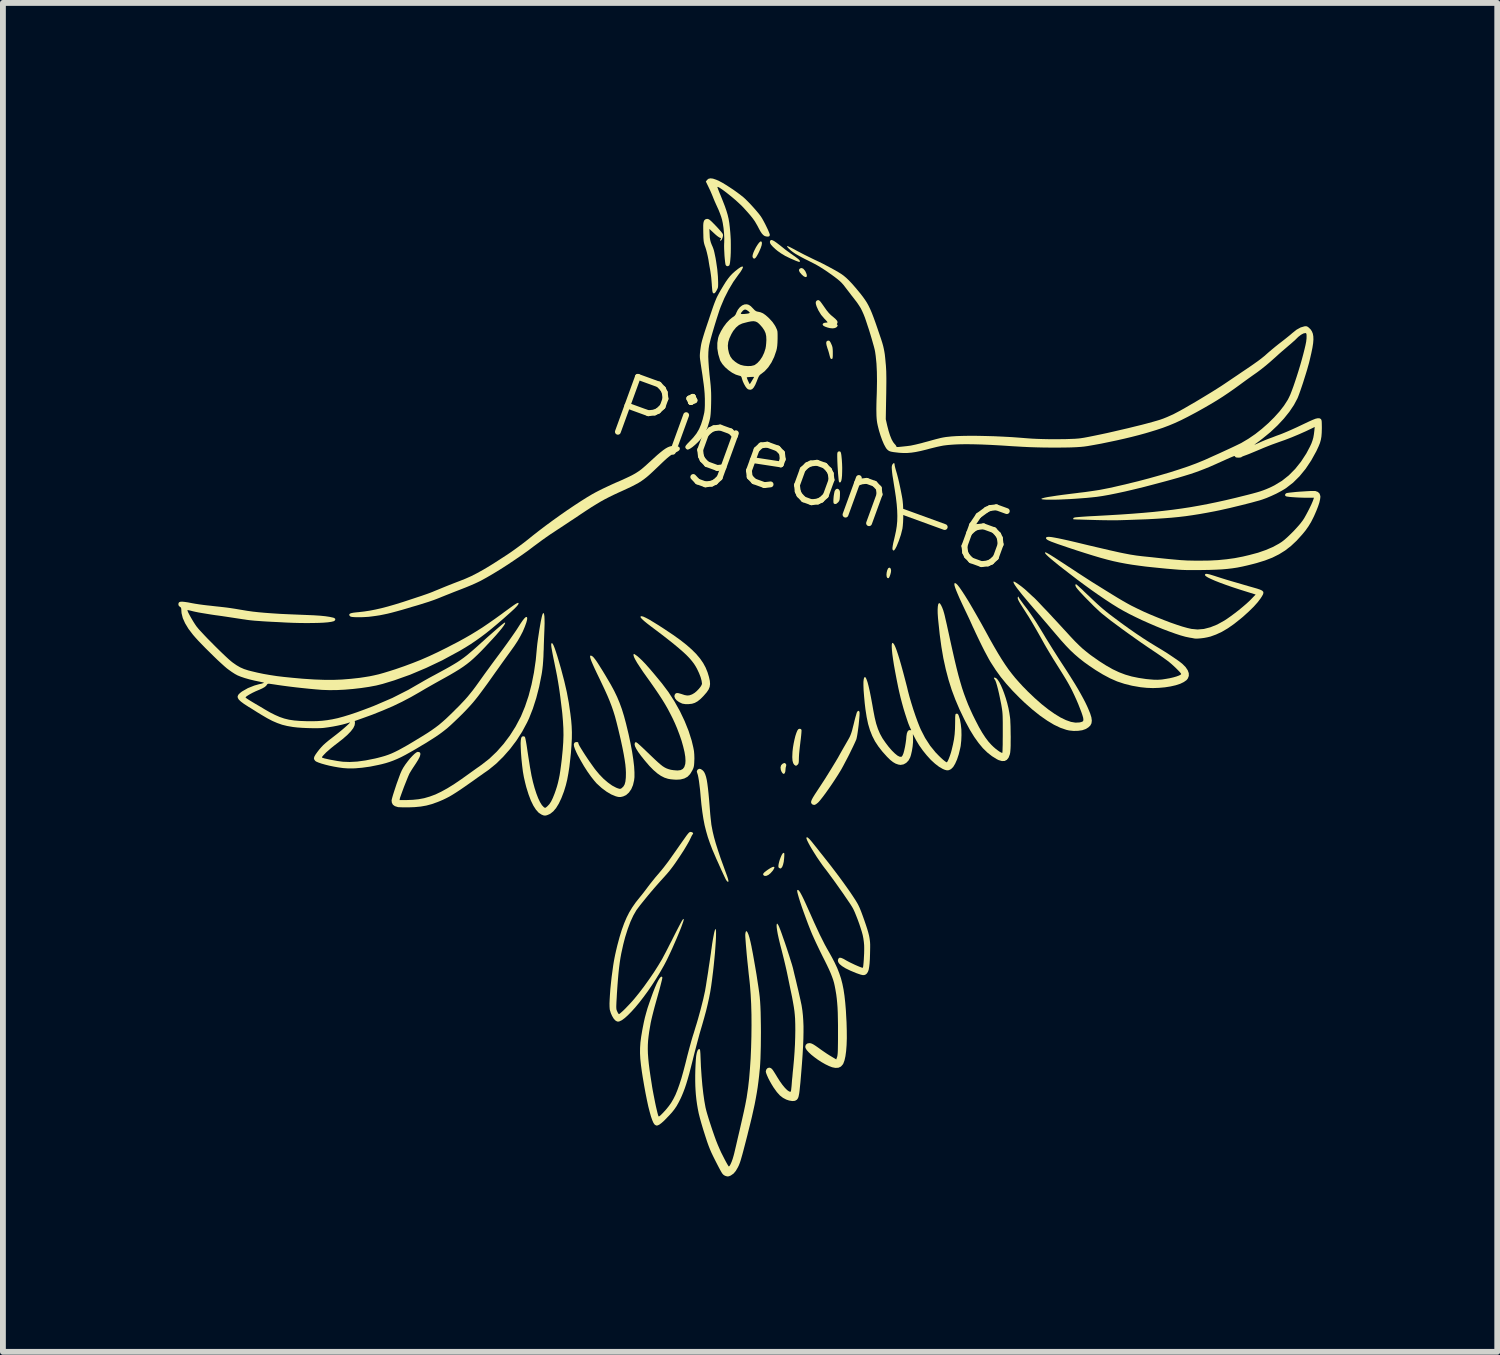
<source format=kicad_pcb>
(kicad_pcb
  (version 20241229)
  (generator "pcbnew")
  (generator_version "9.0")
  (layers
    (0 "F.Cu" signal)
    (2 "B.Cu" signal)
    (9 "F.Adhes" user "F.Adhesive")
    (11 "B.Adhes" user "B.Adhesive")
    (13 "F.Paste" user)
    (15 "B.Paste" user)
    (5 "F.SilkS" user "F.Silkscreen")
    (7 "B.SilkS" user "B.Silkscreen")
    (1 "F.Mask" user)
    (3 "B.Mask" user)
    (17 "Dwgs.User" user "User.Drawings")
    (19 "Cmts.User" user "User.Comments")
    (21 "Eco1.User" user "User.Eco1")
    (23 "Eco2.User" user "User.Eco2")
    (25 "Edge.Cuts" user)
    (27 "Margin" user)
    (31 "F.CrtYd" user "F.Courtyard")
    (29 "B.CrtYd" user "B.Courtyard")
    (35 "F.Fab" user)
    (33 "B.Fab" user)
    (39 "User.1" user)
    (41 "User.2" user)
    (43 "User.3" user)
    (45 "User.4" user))
  (footprint "Pigeon-6"
    (layer "F.Cu")
    (at 10.424 7.041)
    (property "Reference" "Pigeon-6" (at 0.427 -1.98 340) (unlocked yes) (layer "F.SilkS") (effects (font (size 1 1) (thickness 0.1))))
    (attr smd)
    (fp_poly (pts (xy 0.264 -5.495) (xy 0.291 -5.464) (xy 0.302 -5.447) (xy 0.321 -5.403) (xy 0.326 -5.372) (xy 0.319 -5.355) (xy 0.3 -5.352) (xy 0.271 -5.366) (xy 0.237 -5.396) (xy 0.205 -5.433) (xy 0.191 -5.462) (xy 0.194 -5.485) (xy 0.209 -5.5) (xy 0.237 -5.507)) (stroke (width 0) (type solid)) (fill yes) (layer "F.SilkS"))
    (fp_poly (pts (xy -0.229 4.741) (xy -0.234 4.761) (xy -0.253 4.793) (xy -0.261 4.804) (xy -0.297 4.844) (xy -0.333 4.873) (xy -0.367 4.888) (xy -0.396 4.89) (xy -0.416 4.878) (xy -0.423 4.864) (xy -0.419 4.849) (xy -0.403 4.83) (xy -0.373 4.806) (xy -0.343 4.784) (xy -0.296 4.754) (xy -0.261 4.737) (xy -0.238 4.733)) (stroke (width 0) (type solid)) (fill yes) (layer "F.SilkS"))
    (fp_poly (pts (xy 1.755 -0.373) (xy 1.764 -0.349) (xy 1.766 -0.329) (xy 1.762 -0.299) (xy 1.753 -0.265) (xy 1.742 -0.234) (xy 1.73 -0.21) (xy 1.721 -0.202) (xy 1.706 -0.205) (xy 1.699 -0.21) (xy 1.69 -0.231) (xy 1.687 -0.264) (xy 1.691 -0.302) (xy 1.7 -0.338) (xy 1.713 -0.367) (xy 1.722 -0.377) (xy 1.74 -0.383)) (stroke (width 0) (type solid)) (fill yes) (layer "F.SilkS"))
    (fp_poly (pts (xy -0.447 -5.955) (xy -0.443 -5.932) (xy -0.448 -5.896) (xy -0.464 -5.848) (xy -0.489 -5.791) (xy -0.507 -5.754) (xy -0.532 -5.709) (xy -0.552 -5.681) (xy -0.569 -5.668) (xy -0.584 -5.67) (xy -0.593 -5.677) (xy -0.604 -5.697) (xy -0.602 -5.728) (xy -0.589 -5.77) (xy -0.57 -5.813) (xy -0.545 -5.862) (xy -0.518 -5.905) (xy -0.494 -5.938) (xy -0.473 -5.958) (xy -0.462 -5.963)) (stroke (width 0) (type solid)) (fill yes) (layer "F.SilkS"))
    (fp_poly (pts (xy -0.065 4.497) (xy -0.061 4.505) (xy -0.06 4.523) (xy -0.061 4.555) (xy -0.063 4.585) (xy -0.07 4.648) (xy -0.082 4.699) (xy -0.097 4.737) (xy -0.115 4.758) (xy -0.128 4.763) (xy -0.148 4.754) (xy -0.159 4.743) (xy -0.162 4.722) (xy -0.158 4.69) (xy -0.149 4.65) (xy -0.136 4.607) (xy -0.12 4.566) (xy -0.104 4.53) (xy -0.088 4.505) (xy -0.074 4.495) (xy -0.073 4.495)) (stroke (width 0) (type solid)) (fill yes) (layer "F.SilkS"))
    (fp_poly (pts (xy -0.04 2.968) (xy -0.036 2.972) (xy -0.026 2.99) (xy -0.03 3.012) (xy -0.037 3.04) (xy -0.04 3.072) (xy -0.043 3.104) (xy -0.052 3.13) (xy -0.065 3.144) (xy -0.069 3.145) (xy -0.083 3.139) (xy -0.093 3.13) (xy -0.106 3.111) (xy -0.118 3.082) (xy -0.12 3.076) (xy -0.125 3.033) (xy -0.115 2.997) (xy -0.091 2.972) (xy -0.083 2.968) (xy -0.063 2.959) (xy -0.051 2.959)) (stroke (width 0) (type solid)) (fill yes) (layer "F.SilkS"))
    (fp_poly (pts (xy 0.869 -1.723) (xy 0.876 -1.715) (xy 0.886 -1.7) (xy 0.891 -1.682) (xy 0.892 -1.655) (xy 0.891 -1.614) (xy 0.891 -1.61) (xy 0.888 -1.568) (xy 0.884 -1.54) (xy 0.876 -1.521) (xy 0.864 -1.504) (xy 0.858 -1.498) (xy 0.829 -1.474) (xy 0.803 -1.47) (xy 0.784 -1.483) (xy 0.78 -1.499) (xy 0.779 -1.53) (xy 0.781 -1.569) (xy 0.785 -1.612) (xy 0.792 -1.653) (xy 0.799 -1.686) (xy 0.804 -1.699) (xy 0.823 -1.725) (xy 0.846 -1.733)) (stroke (width 0) (type solid)) (fill yes) (layer "F.SilkS"))
    (fp_poly (pts (xy 0.703 -4.265) (xy 0.715 -4.257) (xy 0.728 -4.239) (xy 0.742 -4.21) (xy 0.755 -4.18) (xy 0.763 -4.153) (xy 0.767 -4.122) (xy 0.769 -4.082) (xy 0.769 -4.053) (xy 0.769 -4.008) (xy 0.767 -3.978) (xy 0.763 -3.961) (xy 0.758 -3.953) (xy 0.752 -3.951) (xy 0.734 -3.956) (xy 0.726 -3.971) (xy 0.718 -3.997) (xy 0.71 -4.028) (xy 0.71 -4.028) (xy 0.703 -4.055) (xy 0.692 -4.093) (xy 0.678 -4.133) (xy 0.678 -4.133) (xy 0.662 -4.187) (xy 0.656 -4.226) (xy 0.662 -4.251) (xy 0.679 -4.263) (xy 0.687 -4.265)) (stroke (width 0) (type solid)) (fill yes) (layer "F.SilkS"))
    (fp_poly (pts (xy -0.262 -5.982) (xy -0.234 -5.968) (xy -0.196 -5.942) (xy -0.147 -5.905) (xy -0.089 -5.859) (xy -0.051 -5.828) (xy -0.002 -5.792) (xy 0.05 -5.754) (xy 0.097 -5.721) (xy 0.147 -5.685) (xy 0.182 -5.658) (xy 0.201 -5.638) (xy 0.208 -5.624) (xy 0.203 -5.614) (xy 0.201 -5.612) (xy 0.188 -5.613) (xy 0.164 -5.621) (xy 0.139 -5.63) (xy 0.04 -5.673) (xy -0.044 -5.714) (xy -0.114 -5.756) (xy -0.176 -5.8) (xy -0.211 -5.829) (xy -0.256 -5.871) (xy -0.286 -5.904) (xy -0.302 -5.93) (xy -0.307 -5.953) (xy -0.304 -5.968) (xy -0.295 -5.982) (xy -0.282 -5.987)) (stroke (width 0) (type solid)) (fill yes) (layer "F.SilkS"))
    (fp_poly (pts (xy 0.89 -2.37) (xy 0.899 -2.365) (xy 0.906 -2.352) (xy 0.912 -2.329) (xy 0.917 -2.294) (xy 0.922 -2.243) (xy 0.924 -2.219) (xy 0.928 -2.155) (xy 0.93 -2.087) (xy 0.929 -2.02) (xy 0.927 -1.958) (xy 0.922 -1.907) (xy 0.915 -1.871) (xy 0.904 -1.846) (xy 0.89 -1.838) (xy 0.877 -1.847) (xy 0.877 -1.847) (xy 0.872 -1.863) (xy 0.868 -1.894) (xy 0.864 -1.939) (xy 0.859 -1.993) (xy 0.855 -2.053) (xy 0.851 -2.115) (xy 0.848 -2.177) (xy 0.846 -2.234) (xy 0.845 -2.283) (xy 0.845 -2.321) (xy 0.847 -2.344) (xy 0.847 -2.346) (xy 0.858 -2.366) (xy 0.877 -2.371)) (stroke (width 0) (type solid)) (fill yes) (layer "F.SilkS"))
    (fp_poly (pts (xy 0.226 2.38) (xy 0.234 2.394) (xy 0.234 2.411) (xy 0.232 2.444) (xy 0.228 2.489) (xy 0.222 2.544) (xy 0.214 2.605) (xy 0.214 2.609) (xy 0.206 2.675) (xy 0.199 2.741) (xy 0.193 2.802) (xy 0.19 2.852) (xy 0.189 2.884) (xy 0.188 2.927) (xy 0.185 2.955) (xy 0.179 2.973) (xy 0.169 2.986) (xy 0.169 2.986) (xy 0.149 3.003) (xy 0.132 3.004) (xy 0.11 2.989) (xy 0.092 2.962) (xy 0.08 2.919) (xy 0.076 2.859) (xy 0.079 2.781) (xy 0.08 2.763) (xy 0.088 2.693) (xy 0.1 2.623) (xy 0.114 2.556) (xy 0.129 2.495) (xy 0.146 2.444) (xy 0.162 2.405) (xy 0.178 2.382) (xy 0.182 2.379) (xy 0.206 2.372)) (stroke (width 0) (type solid)) (fill yes) (layer "F.SilkS"))
    (fp_poly (pts (xy 0.527 -4.957) (xy 0.54 -4.95) (xy 0.557 -4.933) (xy 0.578 -4.905) (xy 0.608 -4.863) (xy 0.628 -4.834) (xy 0.667 -4.779) (xy 0.702 -4.737) (xy 0.737 -4.702) (xy 0.771 -4.674) (xy 0.814 -4.637) (xy 0.841 -4.607) (xy 0.851 -4.583) (xy 0.846 -4.563) (xy 0.844 -4.56) (xy 0.838 -4.545) (xy 0.843 -4.54) (xy 0.853 -4.526) (xy 0.845 -4.508) (xy 0.833 -4.495) (xy 0.807 -4.481) (xy 0.768 -4.475) (xy 0.721 -4.479) (xy 0.68 -4.489) (xy 0.635 -4.505) (xy 0.607 -4.521) (xy 0.596 -4.538) (xy 0.595 -4.543) (xy 0.604 -4.56) (xy 0.631 -4.571) (xy 0.665 -4.574) (xy 0.676 -4.575) (xy 0.678 -4.58) (xy 0.671 -4.592) (xy 0.652 -4.613) (xy 0.625 -4.641) (xy 0.569 -4.707) (xy 0.524 -4.78) (xy 0.518 -4.793) (xy 0.492 -4.85) (xy 0.479 -4.893) (xy 0.478 -4.924) (xy 0.488 -4.944) (xy 0.501 -4.953) (xy 0.514 -4.958)) (stroke (width 0) (type solid)) (fill yes) (layer "F.SilkS"))
    (fp_poly (pts (xy 1.826 -2.151) (xy 1.826 -2.146) (xy 1.829 -2.123) (xy 1.837 -2.089) (xy 1.848 -2.049) (xy 1.851 -2.039) (xy 1.866 -1.988) (xy 1.883 -1.923) (xy 1.901 -1.849) (xy 1.918 -1.771) (xy 1.934 -1.693) (xy 1.948 -1.621) (xy 1.959 -1.56) (xy 1.964 -1.522) (xy 1.97 -1.459) (xy 1.973 -1.386) (xy 1.974 -1.309) (xy 1.974 -1.232) (xy 1.971 -1.16) (xy 1.966 -1.098) (xy 1.96 -1.05) (xy 1.959 -1.046) (xy 1.934 -0.946) (xy 1.898 -0.84) (xy 1.86 -0.747) (xy 1.837 -0.704) (xy 1.819 -0.68) (xy 1.803 -0.675) (xy 1.792 -0.69) (xy 1.792 -0.69) (xy 1.789 -0.705) (xy 1.79 -0.728) (xy 1.795 -0.762) (xy 1.804 -0.809) (xy 1.819 -0.871) (xy 1.832 -0.928) (xy 1.85 -1.011) (xy 1.863 -1.093) (xy 1.871 -1.178) (xy 1.873 -1.267) (xy 1.87 -1.363) (xy 1.862 -1.469) (xy 1.848 -1.588) (xy 1.828 -1.721) (xy 1.816 -1.795) (xy 1.802 -1.885) (xy 1.79 -1.958) (xy 1.783 -2.015) (xy 1.779 -2.06) (xy 1.777 -2.094) (xy 1.779 -2.119) (xy 1.784 -2.137) (xy 1.791 -2.151) (xy 1.809 -2.17) (xy 1.82 -2.17)) (stroke (width 0) (type solid)) (fill yes) (layer "F.SilkS"))
    (fp_poly (pts (xy -1.489 3.062) (xy -1.46 3.081) (xy -1.441 3.1) (xy -1.425 3.125) (xy -1.411 3.157) (xy -1.398 3.198) (xy -1.386 3.249) (xy -1.376 3.313) (xy -1.366 3.391) (xy -1.356 3.484) (xy -1.346 3.594) (xy -1.339 3.681) (xy -1.333 3.758) (xy -1.327 3.833) (xy -1.32 3.902) (xy -1.313 3.962) (xy -1.308 4.01) (xy -1.303 4.038) (xy -1.285 4.132) (xy -1.261 4.232) (xy -1.231 4.338) (xy -1.194 4.454) (xy -1.151 4.583) (xy -1.099 4.726) (xy -1.084 4.768) (xy -1.058 4.839) (xy -1.038 4.894) (xy -1.025 4.934) (xy -1.018 4.962) (xy -1.015 4.979) (xy -1.018 4.988) (xy -1.024 4.991) (xy -1.024 4.991) (xy -1.037 4.983) (xy -1.053 4.963) (xy -1.059 4.953) (xy -1.07 4.931) (xy -1.088 4.893) (xy -1.111 4.844) (xy -1.138 4.786) (xy -1.166 4.723) (xy -1.195 4.658) (xy -1.224 4.595) (xy -1.249 4.536) (xy -1.271 4.485) (xy -1.288 4.446) (xy -1.291 4.439) (xy -1.332 4.331) (xy -1.368 4.227) (xy -1.397 4.126) (xy -1.423 4.023) (xy -1.444 3.914) (xy -1.462 3.797) (xy -1.478 3.667) (xy -1.492 3.521) (xy -1.493 3.507) (xy -1.501 3.418) (xy -1.511 3.336) (xy -1.52 3.265) (xy -1.53 3.206) (xy -1.539 3.163) (xy -1.547 3.137) (xy -1.548 3.135) (xy -1.557 3.104) (xy -1.548 3.078) (xy -1.542 3.072) (xy -1.517 3.057)) (stroke (width 0) (type solid)) (fill yes) (layer "F.SilkS"))
    (fp_poly (pts (xy 1.224 2.08) (xy 1.226 2.087) (xy 1.227 2.107) (xy 1.226 2.144) (xy 1.222 2.192) (xy 1.217 2.249) (xy 1.211 2.31) (xy 1.203 2.372) (xy 1.195 2.431) (xy 1.187 2.482) (xy 1.179 2.523) (xy 1.173 2.55) (xy 1.173 2.55) (xy 1.16 2.581) (xy 1.14 2.625) (xy 1.114 2.681) (xy 1.083 2.744) (xy 1.05 2.812) (xy 1.015 2.88) (xy 0.98 2.946) (xy 0.948 3.007) (xy 0.92 3.058) (xy 0.899 3.094) (xy 0.852 3.17) (xy 0.801 3.249) (xy 0.749 3.327) (xy 0.697 3.402) (xy 0.648 3.471) (xy 0.602 3.533) (xy 0.562 3.584) (xy 0.53 3.622) (xy 0.514 3.638) (xy 0.48 3.665) (xy 0.452 3.676) (xy 0.427 3.67) (xy 0.419 3.666) (xy 0.405 3.652) (xy 0.398 3.636) (xy 0.399 3.615) (xy 0.409 3.587) (xy 0.429 3.549) (xy 0.459 3.5) (xy 0.495 3.445) (xy 0.564 3.34) (xy 0.633 3.234) (xy 0.698 3.13) (xy 0.758 3.033) (xy 0.812 2.944) (xy 0.858 2.867) (xy 0.88 2.827) (xy 0.913 2.768) (xy 0.95 2.703) (xy 0.987 2.639) (xy 1.015 2.59) (xy 1.039 2.548) (xy 1.058 2.513) (xy 1.072 2.481) (xy 1.085 2.446) (xy 1.098 2.406) (xy 1.111 2.354) (xy 1.126 2.296) (xy 1.14 2.237) (xy 1.154 2.183) (xy 1.167 2.139) (xy 1.176 2.106) (xy 1.182 2.09) (xy 1.197 2.069) (xy 1.212 2.066)) (stroke (width 0) (type solid)) (fill yes) (layer "F.SilkS"))
    (fp_poly (pts (xy -2.469 0.456) (xy -2.428 0.475) (xy -2.373 0.504) (xy -2.305 0.545) (xy -2.222 0.596) (xy -2.124 0.659) (xy -2.103 0.673) (xy -1.964 0.766) (xy -1.841 0.854) (xy -1.735 0.937) (xy -1.644 1.017) (xy -1.567 1.094) (xy -1.502 1.171) (xy -1.449 1.247) (xy -1.406 1.326) (xy -1.373 1.407) (xy -1.349 1.486) (xy -1.334 1.553) (xy -1.33 1.608) (xy -1.337 1.657) (xy -1.356 1.703) (xy -1.389 1.751) (xy -1.437 1.806) (xy -1.441 1.811) (xy -1.495 1.865) (xy -1.544 1.904) (xy -1.591 1.93) (xy -1.639 1.945) (xy -1.694 1.951) (xy -1.696 1.952) (xy -1.754 1.951) (xy -1.799 1.944) (xy -1.809 1.941) (xy -1.861 1.916) (xy -1.902 1.886) (xy -1.929 1.852) (xy -1.94 1.819) (xy -1.936 1.794) (xy -1.923 1.773) (xy -1.903 1.762) (xy -1.874 1.763) (xy -1.831 1.775) (xy -1.815 1.78) (xy -1.763 1.797) (xy -1.721 1.804) (xy -1.684 1.801) (xy -1.646 1.788) (xy -1.629 1.78) (xy -1.593 1.758) (xy -1.556 1.726) (xy -1.522 1.691) (xy -1.493 1.655) (xy -1.474 1.623) (xy -1.468 1.601) (xy -1.475 1.551) (xy -1.492 1.489) (xy -1.519 1.42) (xy -1.554 1.346) (xy -1.577 1.305) (xy -1.605 1.261) (xy -1.64 1.215) (xy -1.682 1.166) (xy -1.733 1.113) (xy -1.794 1.056) (xy -1.867 0.993) (xy -1.951 0.923) (xy -2.049 0.845) (xy -2.161 0.758) (xy -2.272 0.674) (xy -2.348 0.617) (xy -2.409 0.57) (xy -2.455 0.532) (xy -2.488 0.502) (xy -2.509 0.48) (xy -2.519 0.465) (xy -2.52 0.46) (xy -2.515 0.449) (xy -2.498 0.448)) (stroke (width 0) (type solid)) (fill yes) (layer "F.SilkS"))
    (fp_poly (pts (xy -1.355 -6.342) (xy -1.349 -6.339) (xy -1.332 -6.327) (xy -1.305 -6.303) (xy -1.272 -6.27) (xy -1.235 -6.232) (xy -1.198 -6.193) (xy -1.164 -6.155) (xy -1.136 -6.122) (xy -1.117 -6.097) (xy -1.111 -6.086) (xy -1.108 -6.064) (xy -1.113 -6.037) (xy -1.122 -6.01) (xy -1.134 -5.987) (xy -1.147 -5.975) (xy -1.158 -5.976) (xy -1.158 -5.988) (xy -1.153 -5.995) (xy -1.142 -6.011) (xy -1.149 -6.021) (xy -1.164 -6.026) (xy -1.18 -6.035) (xy -1.207 -6.054) (xy -1.239 -6.081) (xy -1.264 -6.104) (xy -1.342 -6.176) (xy -1.337 -6.077) (xy -1.334 -6.024) (xy -1.327 -5.982) (xy -1.317 -5.945) (xy -1.302 -5.906) (xy -1.286 -5.87) (xy -1.274 -5.838) (xy -1.264 -5.807) (xy -1.256 -5.773) (xy -1.247 -5.73) (xy -1.236 -5.677) (xy -1.225 -5.611) (xy -1.207 -5.488) (xy -1.196 -5.365) (xy -1.194 -5.318) (xy -1.192 -5.262) (xy -1.192 -5.221) (xy -1.193 -5.193) (xy -1.196 -5.172) (xy -1.202 -5.155) (xy -1.211 -5.137) (xy -1.217 -5.125) (xy -1.237 -5.093) (xy -1.252 -5.077) (xy -1.266 -5.073) (xy -1.279 -5.079) (xy -1.285 -5.09) (xy -1.291 -5.115) (xy -1.295 -5.157) (xy -1.3 -5.216) (xy -1.3 -5.225) (xy -1.305 -5.284) (xy -1.31 -5.344) (xy -1.317 -5.399) (xy -1.323 -5.441) (xy -1.323 -5.442) (xy -1.33 -5.484) (xy -1.34 -5.538) (xy -1.35 -5.598) (xy -1.358 -5.651) (xy -1.37 -5.71) (xy -1.384 -5.771) (xy -1.399 -5.827) (xy -1.411 -5.864) (xy -1.423 -5.897) (xy -1.431 -5.925) (xy -1.437 -5.952) (xy -1.441 -5.984) (xy -1.444 -6.025) (xy -1.445 -6.079) (xy -1.446 -6.112) (xy -1.447 -6.183) (xy -1.447 -6.237) (xy -1.444 -6.277) (xy -1.437 -6.305) (xy -1.428 -6.324) (xy -1.415 -6.336) (xy -1.404 -6.342) (xy -1.38 -6.348)) (stroke (width 0) (type solid)) (fill yes) (layer "F.SilkS"))
    (fp_poly (pts (xy -2.618 1.099) (xy -2.593 1.117) (xy -2.581 1.125) (xy -2.541 1.159) (xy -2.492 1.205) (xy -2.435 1.265) (xy -2.368 1.34) (xy -2.292 1.429) (xy -2.205 1.534) (xy -2.154 1.596) (xy -2.042 1.745) (xy -1.939 1.905) (xy -1.846 2.071) (xy -1.765 2.241) (xy -1.697 2.41) (xy -1.644 2.577) (xy -1.617 2.691) (xy -1.605 2.754) (xy -1.6 2.814) (xy -1.598 2.878) (xy -1.599 2.907) (xy -1.601 2.958) (xy -1.604 2.995) (xy -1.609 3.024) (xy -1.617 3.05) (xy -1.63 3.078) (xy -1.635 3.088) (xy -1.672 3.149) (xy -1.716 3.194) (xy -1.77 3.223) (xy -1.836 3.24) (xy -1.909 3.244) (xy -1.957 3.241) (xy -2.007 3.236) (xy -2.047 3.229) (xy -2.048 3.229) (xy -2.11 3.209) (xy -2.171 3.178) (xy -2.232 3.136) (xy -2.297 3.08) (xy -2.366 3.01) (xy -2.441 2.923) (xy -2.445 2.918) (xy -2.509 2.838) (xy -2.558 2.771) (xy -2.593 2.715) (xy -2.614 2.671) (xy -2.621 2.637) (xy -2.615 2.614) (xy -2.615 2.613) (xy -2.605 2.603) (xy -2.595 2.603) (xy -2.577 2.614) (xy -2.568 2.621) (xy -2.552 2.635) (xy -2.524 2.66) (xy -2.486 2.695) (xy -2.441 2.738) (xy -2.392 2.785) (xy -2.346 2.829) (xy -2.28 2.892) (xy -2.225 2.943) (xy -2.18 2.982) (xy -2.141 3.013) (xy -2.106 3.035) (xy -2.074 3.051) (xy -2.041 3.063) (xy -2.005 3.073) (xy -1.996 3.075) (xy -1.955 3.081) (xy -1.907 3.085) (xy -1.885 3.086) (xy -1.834 3.08) (xy -1.797 3.061) (xy -1.771 3.028) (xy -1.755 2.978) (xy -1.754 2.975) (xy -1.75 2.921) (xy -1.754 2.852) (xy -1.767 2.771) (xy -1.789 2.679) (xy -1.817 2.579) (xy -1.853 2.474) (xy -1.894 2.366) (xy -1.931 2.279) (xy -1.97 2.195) (xy -2.011 2.114) (xy -2.053 2.034) (xy -2.1 1.952) (xy -2.153 1.866) (xy -2.213 1.774) (xy -2.282 1.673) (xy -2.361 1.56) (xy -2.407 1.496) (xy -2.476 1.399) (xy -2.532 1.315) (xy -2.577 1.246) (xy -2.609 1.19) (xy -2.63 1.148) (xy -2.639 1.118) (xy -2.639 1.111) (xy -2.638 1.098) (xy -2.632 1.093)) (stroke (width 0) (type solid)) (fill yes) (layer "F.SilkS"))
    (fp_poly (pts (xy -3.359 1.124) (xy -3.344 1.132) (xy -3.326 1.148) (xy -3.306 1.172) (xy -3.28 1.206) (xy -3.249 1.252) (xy -3.212 1.311) (xy -3.167 1.383) (xy -3.113 1.472) (xy -3.099 1.496) (xy -3.029 1.615) (xy -2.97 1.724) (xy -2.92 1.828) (xy -2.877 1.931) (xy -2.838 2.038) (xy -2.802 2.155) (xy -2.767 2.285) (xy -2.763 2.302) (xy -2.723 2.468) (xy -2.69 2.624) (xy -2.663 2.768) (xy -2.643 2.899) (xy -2.629 3.016) (xy -2.623 3.117) (xy -2.623 3.202) (xy -2.629 3.254) (xy -2.648 3.336) (xy -2.678 3.407) (xy -2.718 3.464) (xy -2.766 3.507) (xy -2.816 3.53) (xy -2.859 3.54) (xy -2.899 3.539) (xy -2.942 3.528) (xy -3.02 3.496) (xy -3.101 3.448) (xy -3.183 3.387) (xy -3.262 3.315) (xy -3.27 3.308) (xy -3.318 3.252) (xy -3.372 3.183) (xy -3.429 3.102) (xy -3.486 3.013) (xy -3.54 2.92) (xy -3.591 2.828) (xy -3.613 2.784) (xy -3.641 2.72) (xy -3.657 2.671) (xy -3.66 2.636) (xy -3.65 2.613) (xy -3.628 2.601) (xy -3.61 2.6) (xy -3.589 2.603) (xy -3.582 2.616) (xy -3.582 2.624) (xy -3.576 2.64) (xy -3.561 2.67) (xy -3.537 2.71) (xy -3.506 2.76) (xy -3.471 2.815) (xy -3.432 2.874) (xy -3.391 2.934) (xy -3.349 2.993) (xy -3.31 3.048) (xy -3.286 3.079) (xy -3.22 3.158) (xy -3.149 3.231) (xy -3.076 3.293) (xy -3.005 3.344) (xy -2.937 3.38) (xy -2.912 3.39) (xy -2.883 3.399) (xy -2.865 3.4) (xy -2.85 3.394) (xy -2.839 3.386) (xy -2.811 3.359) (xy -2.791 3.324) (xy -2.778 3.276) (xy -2.771 3.213) (xy -2.77 3.187) (xy -2.769 3.124) (xy -2.772 3.057) (xy -2.779 2.983) (xy -2.791 2.9) (xy -2.807 2.806) (xy -2.828 2.699) (xy -2.854 2.577) (xy -2.874 2.49) (xy -2.903 2.368) (xy -2.93 2.26) (xy -2.956 2.162) (xy -2.984 2.072) (xy -3.014 1.985) (xy -3.047 1.899) (xy -3.085 1.808) (xy -3.129 1.71) (xy -3.181 1.6) (xy -3.22 1.518) (xy -3.268 1.419) (xy -3.307 1.336) (xy -3.337 1.269) (xy -3.36 1.215) (xy -3.374 1.175) (xy -3.381 1.147) (xy -3.382 1.129) (xy -3.376 1.122) (xy -3.372 1.121)) (stroke (width 0) (type solid)) (fill yes) (layer "F.SilkS"))
    (fp_poly (pts (xy -1.28 -7.036) (xy -1.224 -7.017) (xy -1.171 -6.993) (xy -1.122 -6.967) (xy -1.062 -6.931) (xy -0.995 -6.888) (xy -0.926 -6.842) (xy -0.86 -6.795) (xy -0.801 -6.75) (xy -0.764 -6.721) (xy -0.726 -6.687) (xy -0.681 -6.642) (xy -0.631 -6.59) (xy -0.581 -6.535) (xy -0.534 -6.481) (xy -0.494 -6.433) (xy -0.464 -6.393) (xy -0.461 -6.389) (xy -0.439 -6.354) (xy -0.414 -6.309) (xy -0.388 -6.26) (xy -0.363 -6.209) (xy -0.34 -6.161) (xy -0.323 -6.12) (xy -0.311 -6.089) (xy -0.308 -6.073) (xy -0.314 -6.053) (xy -0.336 -6.044) (xy -0.371 -6.047) (xy -0.397 -6.055) (xy -0.42 -6.071) (xy -0.444 -6.097) (xy -0.47 -6.136) (xy -0.5 -6.191) (xy -0.511 -6.213) (xy -0.538 -6.261) (xy -0.565 -6.307) (xy -0.597 -6.352) (xy -0.635 -6.4) (xy -0.682 -6.455) (xy -0.74 -6.519) (xy -0.757 -6.538) (xy -0.795 -6.577) (xy -0.84 -6.619) (xy -0.89 -6.665) (xy -0.943 -6.71) (xy -0.997 -6.754) (xy -1.048 -6.795) (xy -1.097 -6.832) (xy -1.139 -6.861) (xy -1.172 -6.883) (xy -1.195 -6.894) (xy -1.205 -6.894) (xy -1.203 -6.884) (xy -1.194 -6.859) (xy -1.18 -6.822) (xy -1.162 -6.777) (xy -1.149 -6.747) (xy -1.109 -6.647) (xy -1.076 -6.562) (xy -1.05 -6.486) (xy -1.029 -6.416) (xy -1.013 -6.348) (xy -1.001 -6.277) (xy -0.992 -6.2) (xy -0.984 -6.113) (xy -0.98 -6.056) (xy -0.976 -5.987) (xy -0.975 -5.913) (xy -0.975 -5.84) (xy -0.976 -5.768) (xy -0.979 -5.702) (xy -0.984 -5.644) (xy -0.989 -5.597) (xy -0.996 -5.565) (xy -1.001 -5.552) (xy -1.024 -5.538) (xy -1.047 -5.541) (xy -1.063 -5.558) (xy -1.068 -5.578) (xy -1.073 -5.613) (xy -1.078 -5.659) (xy -1.083 -5.714) (xy -1.086 -5.773) (xy -1.089 -5.831) (xy -1.09 -5.885) (xy -1.089 -5.93) (xy -1.088 -5.943) (xy -1.087 -6.018) (xy -1.091 -6.104) (xy -1.1 -6.193) (xy -1.113 -6.277) (xy -1.125 -6.333) (xy -1.14 -6.384) (xy -1.161 -6.442) (xy -1.184 -6.5) (xy -1.195 -6.524) (xy -1.22 -6.579) (xy -1.248 -6.641) (xy -1.273 -6.701) (xy -1.281 -6.722) (xy -1.303 -6.775) (xy -1.328 -6.833) (xy -1.353 -6.885) (xy -1.362 -6.904) (xy -1.402 -6.986) (xy -1.382 -7.013) (xy -1.358 -7.033) (xy -1.324 -7.041)) (stroke (width 0) (type solid)) (fill yes) (layer "F.SilkS"))
    (fp_poly (pts (xy 0.179 5.132) (xy 0.191 5.143) (xy 0.206 5.164) (xy 0.224 5.195) (xy 0.247 5.239) (xy 0.275 5.296) (xy 0.308 5.368) (xy 0.347 5.455) (xy 0.394 5.559) (xy 0.396 5.564) (xy 0.452 5.69) (xy 0.503 5.8) (xy 0.548 5.897) (xy 0.591 5.982) (xy 0.63 6.06) (xy 0.669 6.131) (xy 0.696 6.178) (xy 0.753 6.28) (xy 0.802 6.374) (xy 0.844 6.464) (xy 0.879 6.553) (xy 0.909 6.642) (xy 0.933 6.734) (xy 0.953 6.833) (xy 0.969 6.941) (xy 0.982 7.059) (xy 0.993 7.191) (xy 1.001 7.34) (xy 1.004 7.39) (xy 1.008 7.533) (xy 1.009 7.664) (xy 1.005 7.782) (xy 0.997 7.886) (xy 0.985 7.974) (xy 0.969 8.045) (xy 0.949 8.099) (xy 0.941 8.113) (xy 0.908 8.15) (xy 0.866 8.17) (xy 0.813 8.173) (xy 0.758 8.162) (xy 0.701 8.14) (xy 0.64 8.11) (xy 0.577 8.074) (xy 0.515 8.034) (xy 0.456 7.991) (xy 0.402 7.948) (xy 0.357 7.906) (xy 0.323 7.868) (xy 0.303 7.834) (xy 0.298 7.813) (xy 0.306 7.78) (xy 0.33 7.757) (xy 0.365 7.749) (xy 0.366 7.749) (xy 0.387 7.751) (xy 0.41 7.758) (xy 0.438 7.772) (xy 0.474 7.795) (xy 0.52 7.827) (xy 0.571 7.864) (xy 0.616 7.895) (xy 0.669 7.931) (xy 0.721 7.964) (xy 0.738 7.974) (xy 0.828 8.028) (xy 0.843 7.985) (xy 0.847 7.97) (xy 0.85 7.949) (xy 0.853 7.92) (xy 0.855 7.881) (xy 0.856 7.83) (xy 0.857 7.766) (xy 0.858 7.686) (xy 0.858 7.588) (xy 0.858 7.57) (xy 0.858 7.44) (xy 0.856 7.326) (xy 0.854 7.227) (xy 0.85 7.139) (xy 0.844 7.06) (xy 0.837 6.987) (xy 0.828 6.916) (xy 0.816 6.846) (xy 0.813 6.828) (xy 0.802 6.771) (xy 0.79 6.718) (xy 0.775 6.666) (xy 0.756 6.613) (xy 0.733 6.554) (xy 0.704 6.488) (xy 0.668 6.412) (xy 0.624 6.323) (xy 0.595 6.266) (xy 0.556 6.187) (xy 0.517 6.106) (xy 0.479 6.026) (xy 0.445 5.952) (xy 0.416 5.887) (xy 0.394 5.834) (xy 0.39 5.824) (xy 0.345 5.71) (xy 0.305 5.602) (xy 0.268 5.501) (xy 0.236 5.41) (xy 0.209 5.329) (xy 0.188 5.261) (xy 0.172 5.205) (xy 0.162 5.164) (xy 0.16 5.14) (xy 0.162 5.133) (xy 0.17 5.129)) (stroke (width 0) (type solid)) (fill yes) (layer "F.SilkS"))
    (fp_poly (pts (xy 0.337 4.231) (xy 0.362 4.252) (xy 0.397 4.29) (xy 0.434 4.336) (xy 0.466 4.376) (xy 0.507 4.427) (xy 0.553 4.486) (xy 0.602 4.547) (xy 0.649 4.607) (xy 0.659 4.619) (xy 0.73 4.71) (xy 0.802 4.804) (xy 0.873 4.898) (xy 0.941 4.991) (xy 1.005 5.08) (xy 1.064 5.164) (xy 1.115 5.24) (xy 1.158 5.306) (xy 1.191 5.361) (xy 1.208 5.393) (xy 1.229 5.438) (xy 1.253 5.497) (xy 1.279 5.567) (xy 1.306 5.642) (xy 1.332 5.718) (xy 1.356 5.791) (xy 1.375 5.855) (xy 1.388 5.906) (xy 1.39 5.915) (xy 1.397 5.953) (xy 1.402 5.987) (xy 1.406 6.022) (xy 1.408 6.061) (xy 1.408 6.109) (xy 1.407 6.169) (xy 1.406 6.221) (xy 1.403 6.313) (xy 1.398 6.388) (xy 1.391 6.447) (xy 1.383 6.493) (xy 1.371 6.527) (xy 1.356 6.552) (xy 1.344 6.566) (xy 1.325 6.579) (xy 1.303 6.586) (xy 1.276 6.585) (xy 1.24 6.576) (xy 1.191 6.559) (xy 1.166 6.55) (xy 1.068 6.509) (xy 0.988 6.47) (xy 0.927 6.432) (xy 0.884 6.396) (xy 0.861 6.362) (xy 0.856 6.329) (xy 0.857 6.326) (xy 0.868 6.3) (xy 0.886 6.288) (xy 0.912 6.291) (xy 0.95 6.307) (xy 0.973 6.32) (xy 1.009 6.341) (xy 1.052 6.364) (xy 1.1 6.387) (xy 1.148 6.41) (xy 1.194 6.43) (xy 1.233 6.446) (xy 1.263 6.457) (xy 1.28 6.461) (xy 1.282 6.46) (xy 1.287 6.447) (xy 1.291 6.418) (xy 1.295 6.376) (xy 1.299 6.325) (xy 1.302 6.27) (xy 1.305 6.213) (xy 1.306 6.159) (xy 1.306 6.111) (xy 1.305 6.072) (xy 1.305 6.072) (xy 1.3 6.018) (xy 1.292 5.96) (xy 1.282 5.908) (xy 1.28 5.899) (xy 1.266 5.847) (xy 1.246 5.784) (xy 1.223 5.714) (xy 1.197 5.642) (xy 1.17 5.573) (xy 1.145 5.511) (xy 1.122 5.461) (xy 1.112 5.442) (xy 1.095 5.413) (xy 1.068 5.37) (xy 1.032 5.317) (xy 0.989 5.254) (xy 0.942 5.185) (xy 0.891 5.113) (xy 0.838 5.038) (xy 0.786 4.965) (xy 0.735 4.896) (xy 0.688 4.832) (xy 0.646 4.776) (xy 0.635 4.763) (xy 0.59 4.703) (xy 0.545 4.638) (xy 0.499 4.571) (xy 0.456 4.503) (xy 0.416 4.439) (xy 0.38 4.378) (xy 0.352 4.326) (xy 0.331 4.283) (xy 0.319 4.252) (xy 0.318 4.241) (xy 0.322 4.228)) (stroke (width 0) (type solid)) (fill yes) (layer "F.SilkS"))
    (fp_poly (pts (xy -0.769 -5.53) (xy -0.769 -5.513) (xy -0.784 -5.482) (xy -0.812 -5.437) (xy -0.846 -5.392) (xy -0.932 -5.271) (xy -1.013 -5.135) (xy -1.086 -4.991) (xy -1.148 -4.844) (xy -1.168 -4.79) (xy -1.193 -4.713) (xy -1.22 -4.629) (xy -1.247 -4.542) (xy -1.273 -4.455) (xy -1.297 -4.373) (xy -1.318 -4.298) (xy -1.334 -4.234) (xy -1.345 -4.188) (xy -1.354 -4.131) (xy -1.359 -4.066) (xy -1.361 -3.99) (xy -1.357 -3.902) (xy -1.35 -3.799) (xy -1.339 -3.68) (xy -1.335 -3.646) (xy -1.326 -3.562) (xy -1.319 -3.492) (xy -1.315 -3.432) (xy -1.312 -3.376) (xy -1.311 -3.32) (xy -1.311 -3.258) (xy -1.312 -3.19) (xy -1.314 -3.116) (xy -1.317 -3.059) (xy -1.32 -3.013) (xy -1.324 -2.975) (xy -1.329 -2.941) (xy -1.337 -2.906) (xy -1.343 -2.882) (xy -1.373 -2.783) (xy -1.41 -2.699) (xy -1.456 -2.624) (xy -1.513 -2.554) (xy -1.537 -2.529) (xy -1.586 -2.483) (xy -1.631 -2.445) (xy -1.671 -2.418) (xy -1.703 -2.403) (xy -1.715 -2.401) (xy -1.729 -2.407) (xy -1.741 -2.417) (xy -1.752 -2.433) (xy -1.754 -2.45) (xy -1.744 -2.471) (xy -1.72 -2.5) (xy -1.686 -2.535) (xy -1.616 -2.609) (xy -1.561 -2.679) (xy -1.518 -2.752) (xy -1.484 -2.832) (xy -1.455 -2.924) (xy -1.45 -2.946) (xy -1.438 -2.995) (xy -1.429 -3.035) (xy -1.424 -3.072) (xy -1.421 -3.112) (xy -1.419 -3.16) (xy -1.419 -3.222) (xy -1.419 -3.228) (xy -1.419 -3.274) (xy -1.421 -3.317) (xy -1.423 -3.361) (xy -1.427 -3.408) (xy -1.432 -3.461) (xy -1.439 -3.52) (xy -1.449 -3.59) (xy -1.46 -3.673) (xy -1.475 -3.77) (xy -1.492 -3.884) (xy -1.493 -3.893) (xy -1.5 -3.94) (xy -1.504 -3.977) (xy -1.505 -4.011) (xy -1.503 -4.048) (xy -1.498 -4.095) (xy -1.494 -4.125) (xy -1.489 -4.16) (xy -1.484 -4.192) (xy -1.477 -4.225) (xy -1.468 -4.262) (xy -1.456 -4.304) (xy -1.441 -4.354) (xy -1.422 -4.415) (xy -1.398 -4.488) (xy -1.368 -4.577) (xy -1.355 -4.615) (xy -1.324 -4.709) (xy -1.298 -4.786) (xy -1.276 -4.85) (xy -1.257 -4.902) (xy -1.24 -4.945) (xy -1.225 -4.982) (xy -1.21 -5.015) (xy -1.193 -5.047) (xy -1.176 -5.079) (xy -1.155 -5.116) (xy -1.15 -5.125) (xy -1.102 -5.205) (xy -1.061 -5.271) (xy -1.023 -5.325) (xy -0.987 -5.37) (xy -0.949 -5.41) (xy -0.908 -5.447) (xy -0.9 -5.454) (xy -0.848 -5.495) (xy -0.808 -5.522) (xy -0.782 -5.533)) (stroke (width 0) (type solid)) (fill yes) (layer "F.SilkS"))
    (fp_poly (pts (xy -4.03 0.91) (xy -4.019 0.923) (xy -4.005 0.951) (xy -3.988 0.993) (xy -3.968 1.051) (xy -3.944 1.125) (xy -3.917 1.216) (xy -3.885 1.326) (xy -3.875 1.362) (xy -3.823 1.559) (xy -3.78 1.746) (xy -3.746 1.929) (xy -3.719 2.115) (xy -3.705 2.232) (xy -3.697 2.33) (xy -3.693 2.431) (xy -3.694 2.538) (xy -3.7 2.656) (xy -3.71 2.788) (xy -3.721 2.892) (xy -3.736 3.024) (xy -3.754 3.139) (xy -3.773 3.242) (xy -3.796 3.337) (xy -3.823 3.426) (xy -3.83 3.448) (xy -3.873 3.56) (xy -3.917 3.653) (xy -3.963 3.728) (xy -4.011 3.785) (xy -4.061 3.825) (xy -4.082 3.836) (xy -4.121 3.852) (xy -4.152 3.858) (xy -4.18 3.854) (xy -4.212 3.841) (xy -4.261 3.809) (xy -4.307 3.758) (xy -4.352 3.688) (xy -4.395 3.6) (xy -4.435 3.494) (xy -4.473 3.372) (xy -4.493 3.293) (xy -4.514 3.202) (xy -4.531 3.106) (xy -4.544 3.002) (xy -4.556 2.886) (xy -4.564 2.779) (xy -4.568 2.691) (xy -4.57 2.622) (xy -4.567 2.57) (xy -4.561 2.534) (xy -4.552 2.513) (xy -4.552 2.513) (xy -4.532 2.501) (xy -4.508 2.504) (xy -4.497 2.513) (xy -4.492 2.526) (xy -4.485 2.556) (xy -4.477 2.599) (xy -4.468 2.651) (xy -4.46 2.704) (xy -4.449 2.779) (xy -4.436 2.864) (xy -4.422 2.95) (xy -4.41 3.029) (xy -4.405 3.056) (xy -4.384 3.173) (xy -4.359 3.283) (xy -4.331 3.386) (xy -4.301 3.479) (xy -4.27 3.56) (xy -4.238 3.627) (xy -4.206 3.679) (xy -4.174 3.713) (xy -4.17 3.716) (xy -4.156 3.724) (xy -4.143 3.723) (xy -4.127 3.711) (xy -4.11 3.696) (xy -4.078 3.662) (xy -4.048 3.616) (xy -4.019 3.556) (xy -3.989 3.481) (xy -3.97 3.427) (xy -3.949 3.362) (xy -3.932 3.3) (xy -3.917 3.235) (xy -3.903 3.166) (xy -3.891 3.088) (xy -3.879 2.999) (xy -3.866 2.893) (xy -3.864 2.872) (xy -3.85 2.731) (xy -3.841 2.603) (xy -3.837 2.482) (xy -3.839 2.364) (xy -3.846 2.243) (xy -3.857 2.112) (xy -3.863 2.059) (xy -3.878 1.937) (xy -3.891 1.83) (xy -3.904 1.735) (xy -3.917 1.647) (xy -3.931 1.562) (xy -3.946 1.475) (xy -3.964 1.383) (xy -3.985 1.281) (xy -3.989 1.26) (xy -4.008 1.168) (xy -4.023 1.093) (xy -4.034 1.033) (xy -4.042 0.988) (xy -4.046 0.955) (xy -4.047 0.932) (xy -4.045 0.917) (xy -4.041 0.91) (xy -4.039 0.909)) (stroke (width 0) (type solid)) (fill yes) (layer "F.SilkS"))
    (fp_poly (pts (xy -0.176 5.711) (xy -0.163 5.731) (xy -0.148 5.762) (xy -0.146 5.768) (xy -0.128 5.813) (xy -0.106 5.873) (xy -0.081 5.945) (xy -0.053 6.024) (xy -0.025 6.107) (xy 0.002 6.19) (xy 0.028 6.27) (xy 0.051 6.344) (xy 0.071 6.407) (xy 0.085 6.457) (xy 0.089 6.472) (xy 0.112 6.57) (xy 0.136 6.667) (xy 0.158 6.761) (xy 0.179 6.849) (xy 0.197 6.929) (xy 0.213 6.999) (xy 0.225 7.055) (xy 0.234 7.097) (xy 0.237 7.114) (xy 0.249 7.193) (xy 0.258 7.275) (xy 0.264 7.362) (xy 0.268 7.457) (xy 0.268 7.561) (xy 0.266 7.674) (xy 0.261 7.8) (xy 0.253 7.94) (xy 0.242 8.096) (xy 0.228 8.269) (xy 0.223 8.329) (xy 0.215 8.423) (xy 0.207 8.499) (xy 0.201 8.559) (xy 0.195 8.606) (xy 0.188 8.642) (xy 0.182 8.669) (xy 0.174 8.689) (xy 0.166 8.703) (xy 0.155 8.716) (xy 0.154 8.718) (xy 0.122 8.736) (xy 0.077 8.74) (xy 0.022 8.731) (xy -0.028 8.714) (xy -0.083 8.685) (xy -0.136 8.644) (xy -0.188 8.586) (xy -0.241 8.512) (xy -0.242 8.511) (xy -0.276 8.456) (xy -0.308 8.4) (xy -0.336 8.346) (xy -0.357 8.298) (xy -0.372 8.259) (xy -0.377 8.233) (xy -0.369 8.202) (xy -0.35 8.179) (xy -0.323 8.169) (xy -0.309 8.17) (xy -0.294 8.175) (xy -0.28 8.184) (xy -0.265 8.199) (xy -0.247 8.224) (xy -0.224 8.26) (xy -0.193 8.31) (xy -0.187 8.321) (xy -0.139 8.397) (xy -0.093 8.462) (xy -0.05 8.514) (xy -0.011 8.553) (xy 0.022 8.576) (xy 0.045 8.582) (xy 0.052 8.573) (xy 0.057 8.546) (xy 0.062 8.499) (xy 0.064 8.482) (xy 0.067 8.442) (xy 0.071 8.388) (xy 0.078 8.322) (xy 0.084 8.25) (xy 0.092 8.175) (xy 0.095 8.142) (xy 0.106 8.023) (xy 0.115 7.898) (xy 0.122 7.772) (xy 0.126 7.649) (xy 0.128 7.531) (xy 0.127 7.423) (xy 0.124 7.328) (xy 0.119 7.263) (xy 0.113 7.204) (xy 0.103 7.133) (xy 0.09 7.058) (xy 0.077 6.987) (xy 0.073 6.965) (xy 0.06 6.902) (xy 0.044 6.826) (xy 0.027 6.743) (xy 0.01 6.661) (xy -0.005 6.588) (xy -0.022 6.507) (xy -0.043 6.416) (xy -0.065 6.323) (xy -0.087 6.235) (xy -0.103 6.171) (xy -0.131 6.064) (xy -0.154 5.968) (xy -0.172 5.886) (xy -0.184 5.817) (xy -0.191 5.764) (xy -0.192 5.727) (xy -0.186 5.707) (xy -0.184 5.705)) (stroke (width 0) (type solid)) (fill yes) (layer "F.SilkS"))
    (fp_poly (pts (xy 2.603 0.232) (xy 2.62 0.258) (xy 2.639 0.297) (xy 2.658 0.347) (xy 2.675 0.405) (xy 2.683 0.436) (xy 2.691 0.472) (xy 2.703 0.524) (xy 2.718 0.588) (xy 2.734 0.662) (xy 2.752 0.743) (xy 2.77 0.826) (xy 2.779 0.868) (xy 2.817 1.039) (xy 2.852 1.193) (xy 2.885 1.331) (xy 2.917 1.457) (xy 2.949 1.571) (xy 2.98 1.676) (xy 3.013 1.774) (xy 3.048 1.868) (xy 3.084 1.96) (xy 3.124 2.051) (xy 3.167 2.144) (xy 3.211 2.232) (xy 3.27 2.346) (xy 3.326 2.443) (xy 3.38 2.525) (xy 3.433 2.595) (xy 3.48 2.647) (xy 3.516 2.682) (xy 3.554 2.715) (xy 3.592 2.744) (xy 3.625 2.767) (xy 3.651 2.781) (xy 3.667 2.785) (xy 3.669 2.784) (xy 3.67 2.772) (xy 3.672 2.744) (xy 3.673 2.7) (xy 3.675 2.643) (xy 3.675 2.576) (xy 3.676 2.5) (xy 3.676 2.437) (xy 3.676 2.346) (xy 3.676 2.271) (xy 3.675 2.21) (xy 3.674 2.16) (xy 3.672 2.119) (xy 3.669 2.083) (xy 3.665 2.05) (xy 3.66 2.017) (xy 3.654 1.98) (xy 3.649 1.951) (xy 3.63 1.858) (xy 3.612 1.772) (xy 3.594 1.695) (xy 3.577 1.631) (xy 3.562 1.581) (xy 3.549 1.547) (xy 3.542 1.536) (xy 3.527 1.513) (xy 3.524 1.502) (xy 3.534 1.498) (xy 3.541 1.498) (xy 3.564 1.508) (xy 3.589 1.534) (xy 3.617 1.576) (xy 3.645 1.631) (xy 3.673 1.696) (xy 3.701 1.77) (xy 3.728 1.85) (xy 3.752 1.933) (xy 3.773 2.019) (xy 3.789 2.104) (xy 3.8 2.178) (xy 3.804 2.214) (xy 3.806 2.265) (xy 3.809 2.329) (xy 3.81 2.399) (xy 3.811 2.473) (xy 3.812 2.51) (xy 3.811 2.593) (xy 3.811 2.658) (xy 3.809 2.71) (xy 3.806 2.75) (xy 3.803 2.781) (xy 3.798 2.806) (xy 3.796 2.813) (xy 3.775 2.868) (xy 3.745 2.905) (xy 3.707 2.924) (xy 3.661 2.925) (xy 3.606 2.909) (xy 3.576 2.894) (xy 3.492 2.842) (xy 3.413 2.78) (xy 3.336 2.705) (xy 3.262 2.616) (xy 3.188 2.512) (xy 3.114 2.392) (xy 3.039 2.253) (xy 3.017 2.21) (xy 2.936 2.041) (xy 2.865 1.874) (xy 2.802 1.706) (xy 2.748 1.534) (xy 2.701 1.355) (xy 2.66 1.168) (xy 2.626 0.969) (xy 2.597 0.756) (xy 2.573 0.527) (xy 2.568 0.475) (xy 2.563 0.4) (xy 2.562 0.336) (xy 2.565 0.284) (xy 2.571 0.247) (xy 2.582 0.227) (xy 2.589 0.223)) (stroke (width 0) (type solid)) (fill yes) (layer "F.SilkS"))
    (fp_poly (pts (xy 4.414 -0.642) (xy 4.429 -0.635) (xy 4.451 -0.623) (xy 4.482 -0.605) (xy 4.522 -0.58) (xy 4.574 -0.547) (xy 4.637 -0.506) (xy 4.714 -0.456) (xy 4.805 -0.396) (xy 4.841 -0.373) (xy 4.962 -0.293) (xy 5.084 -0.214) (xy 5.205 -0.136) (xy 5.324 -0.062) (xy 5.438 0.009) (xy 5.545 0.075) (xy 5.643 0.135) (xy 5.731 0.187) (xy 5.807 0.23) (xy 5.869 0.264) (xy 5.879 0.269) (xy 5.978 0.318) (xy 6.085 0.369) (xy 6.199 0.419) (xy 6.315 0.467) (xy 6.43 0.513) (xy 6.543 0.556) (xy 6.649 0.593) (xy 6.747 0.625) (xy 6.833 0.649) (xy 6.903 0.665) (xy 7.007 0.675) (xy 7.115 0.666) (xy 7.227 0.637) (xy 7.344 0.59) (xy 7.465 0.523) (xy 7.511 0.493) (xy 7.572 0.45) (xy 7.641 0.399) (xy 7.712 0.344) (xy 7.781 0.287) (xy 7.844 0.233) (xy 7.897 0.184) (xy 7.922 0.159) (xy 8.001 0.077) (xy 7.863 0.034) (xy 7.726 -0.009) (xy 7.601 -0.05) (xy 7.489 -0.089) (xy 7.391 -0.125) (xy 7.307 -0.158) (xy 7.239 -0.188) (xy 7.187 -0.213) (xy 7.152 -0.235) (xy 7.135 -0.252) (xy 7.134 -0.257) (xy 7.138 -0.271) (xy 7.152 -0.277) (xy 7.178 -0.275) (xy 7.218 -0.266) (xy 7.273 -0.249) (xy 7.293 -0.243) (xy 7.345 -0.226) (xy 7.414 -0.204) (xy 7.494 -0.179) (xy 7.584 -0.152) (xy 7.681 -0.124) (xy 7.78 -0.095) (xy 7.879 -0.066) (xy 7.957 -0.044) (xy 8.026 -0.024) (xy 8.076 -0.007) (xy 8.11 0.009) (xy 8.129 0.027) (xy 8.134 0.048) (xy 8.127 0.074) (xy 8.109 0.107) (xy 8.085 0.144) (xy 8.034 0.211) (xy 7.967 0.286) (xy 7.883 0.368) (xy 7.785 0.457) (xy 7.744 0.491) (xy 7.631 0.581) (xy 7.525 0.655) (xy 7.423 0.715) (xy 7.324 0.761) (xy 7.225 0.797) (xy 7.219 0.798) (xy 7.173 0.809) (xy 7.12 0.819) (xy 7.066 0.826) (xy 7.017 0.83) (xy 6.977 0.831) (xy 6.955 0.829) (xy 6.939 0.826) (xy 6.909 0.82) (xy 6.871 0.814) (xy 6.866 0.813) (xy 6.799 0.799) (xy 6.717 0.776) (xy 6.623 0.745) (xy 6.52 0.708) (xy 6.409 0.666) (xy 6.294 0.619) (xy 6.178 0.569) (xy 6.061 0.517) (xy 5.948 0.463) (xy 5.841 0.41) (xy 5.742 0.357) (xy 5.654 0.307) (xy 5.651 0.305) (xy 5.548 0.241) (xy 5.435 0.167) (xy 5.314 0.085) (xy 5.19 -0.002) (xy 5.066 -0.092) (xy 4.946 -0.181) (xy 4.936 -0.189) (xy 4.82 -0.278) (xy 4.72 -0.355) (xy 4.634 -0.422) (xy 4.563 -0.48) (xy 4.506 -0.527) (xy 4.461 -0.566) (xy 4.429 -0.596) (xy 4.408 -0.619) (xy 4.398 -0.634) (xy 4.399 -0.642) (xy 4.404 -0.644)) (stroke (width 0) (type solid)) (fill yes) (layer "F.SilkS"))
    (fp_poly (pts (xy -4.175 0.397) (xy -4.168 0.417) (xy -4.163 0.453) (xy -4.161 0.504) (xy -4.16 0.569) (xy -4.162 0.64) (xy -4.164 0.698) (xy -4.167 0.77) (xy -4.17 0.851) (xy -4.173 0.935) (xy -4.175 1.017) (xy -4.177 1.047) (xy -4.18 1.14) (xy -4.185 1.219) (xy -4.19 1.286) (xy -4.197 1.348) (xy -4.205 1.408) (xy -4.212 1.449) (xy -4.253 1.655) (xy -4.303 1.849) (xy -4.361 2.03) (xy -4.426 2.195) (xy -4.46 2.267) (xy -4.544 2.423) (xy -4.641 2.574) (xy -4.749 2.717) (xy -4.866 2.85) (xy -4.988 2.97) (xy -5.114 3.073) (xy -5.145 3.095) (xy -5.193 3.128) (xy -5.252 3.17) (xy -5.316 3.215) (xy -5.38 3.261) (xy -5.427 3.294) (xy -5.521 3.36) (xy -5.601 3.415) (xy -5.671 3.461) (xy -5.733 3.5) (xy -5.789 3.533) (xy -5.843 3.561) (xy -5.897 3.587) (xy -5.953 3.611) (xy -5.99 3.626) (xy -6.088 3.661) (xy -6.181 3.686) (xy -6.277 3.703) (xy -6.382 3.713) (xy -6.464 3.716) (xy -6.523 3.717) (xy -6.578 3.717) (xy -6.624 3.715) (xy -6.657 3.714) (xy -6.67 3.712) (xy -6.721 3.696) (xy -6.754 3.672) (xy -6.772 3.638) (xy -6.777 3.6) (xy -6.773 3.579) (xy -6.764 3.544) (xy -6.75 3.496) (xy -6.732 3.44) (xy -6.712 3.379) (xy -6.691 3.315) (xy -6.668 3.252) (xy -6.647 3.194) (xy -6.628 3.143) (xy -6.611 3.104) (xy -6.603 3.086) (xy -6.575 3.035) (xy -6.54 2.982) (xy -6.501 2.93) (xy -6.461 2.88) (xy -6.421 2.837) (xy -6.385 2.802) (xy -6.354 2.778) (xy -6.331 2.768) (xy -6.329 2.768) (xy -6.3 2.773) (xy -6.286 2.789) (xy -6.285 2.816) (xy -6.297 2.855) (xy -6.324 2.906) (xy -6.364 2.97) (xy -6.374 2.985) (xy -6.404 3.03) (xy -6.433 3.075) (xy -6.456 3.113) (xy -6.472 3.14) (xy -6.484 3.167) (xy -6.501 3.207) (xy -6.521 3.257) (xy -6.543 3.312) (xy -6.566 3.37) (xy -6.587 3.427) (xy -6.606 3.479) (xy -6.621 3.521) (xy -6.632 3.552) (xy -6.635 3.563) (xy -6.64 3.592) (xy -6.517 3.592) (xy -6.414 3.588) (xy -6.315 3.578) (xy -6.219 3.56) (xy -6.123 3.532) (xy -6.026 3.496) (xy -5.926 3.448) (xy -5.819 3.389) (xy -5.705 3.318) (xy -5.58 3.233) (xy -5.51 3.183) (xy -5.45 3.14) (xy -5.386 3.094) (xy -5.323 3.049) (xy -5.266 3.009) (xy -5.234 2.986) (xy -5.105 2.885) (xy -4.98 2.766) (xy -4.862 2.633) (xy -4.753 2.488) (xy -4.655 2.333) (xy -4.57 2.172) (xy -4.564 2.16) (xy -4.495 1.993) (xy -4.434 1.811) (xy -4.383 1.616) (xy -4.342 1.411) (xy -4.311 1.198) (xy -4.296 1.037) (xy -4.291 0.983) (xy -4.284 0.917) (xy -4.274 0.842) (xy -4.262 0.763) (xy -4.25 0.683) (xy -4.237 0.607) (xy -4.225 0.538) (xy -4.213 0.481) (xy -4.204 0.442) (xy -4.193 0.408) (xy -4.183 0.393)) (stroke (width 0) (type solid)) (fill yes) (layer "F.SilkS"))
    (fp_poly (pts (xy 2.878 -0.11) (xy 2.905 -0.084) (xy 2.939 -0.04) (xy 2.981 0.021) (xy 3.031 0.098) (xy 3.089 0.191) (xy 3.153 0.3) (xy 3.225 0.425) (xy 3.304 0.564) (xy 3.384 0.709) (xy 3.461 0.85) (xy 3.532 0.975) (xy 3.597 1.086) (xy 3.658 1.185) (xy 3.716 1.274) (xy 3.773 1.356) (xy 3.831 1.432) (xy 3.89 1.505) (xy 3.952 1.575) (xy 4.018 1.647) (xy 4.091 1.721) (xy 4.101 1.732) (xy 4.225 1.85) (xy 4.343 1.954) (xy 4.457 2.044) (xy 4.564 2.119) (xy 4.664 2.18) (xy 4.757 2.225) (xy 4.842 2.255) (xy 4.918 2.268) (xy 4.985 2.265) (xy 5.006 2.261) (xy 5.035 2.252) (xy 5.049 2.242) (xy 5.054 2.228) (xy 5.054 2.207) (xy 5.05 2.181) (xy 5.038 2.14) (xy 5.02 2.087) (xy 4.996 2.025) (xy 4.969 1.956) (xy 4.938 1.883) (xy 4.905 1.81) (xy 4.882 1.761) (xy 4.861 1.717) (xy 4.838 1.673) (xy 4.814 1.628) (xy 4.786 1.578) (xy 4.753 1.522) (xy 4.714 1.458) (xy 4.667 1.382) (xy 4.611 1.293) (xy 4.584 1.25) (xy 4.543 1.185) (xy 4.5 1.114) (xy 4.458 1.044) (xy 4.42 0.98) (xy 4.39 0.928) (xy 4.334 0.827) (xy 4.285 0.74) (xy 4.243 0.667) (xy 4.207 0.605) (xy 4.175 0.55) (xy 4.146 0.502) (xy 4.119 0.457) (xy 4.091 0.414) (xy 4.063 0.37) (xy 4.058 0.362) (xy 4.015 0.295) (xy 3.982 0.243) (xy 3.958 0.203) (xy 3.942 0.172) (xy 3.934 0.15) (xy 3.931 0.134) (xy 3.934 0.122) (xy 3.94 0.111) (xy 3.945 0.116) (xy 3.949 0.126) (xy 3.958 0.141) (xy 3.977 0.169) (xy 4.003 0.205) (xy 4.034 0.248) (xy 4.051 0.27) (xy 4.103 0.338) (xy 4.153 0.409) (xy 4.204 0.484) (xy 4.258 0.567) (xy 4.316 0.661) (xy 4.381 0.768) (xy 4.405 0.809) (xy 4.441 0.867) (xy 4.485 0.938) (xy 4.534 1.017) (xy 4.587 1.1) (xy 4.639 1.182) (xy 4.689 1.259) (xy 4.693 1.265) (xy 4.775 1.391) (xy 4.846 1.503) (xy 4.909 1.604) (xy 4.963 1.694) (xy 5.01 1.777) (xy 5.052 1.854) (xy 5.09 1.927) (xy 5.124 1.999) (xy 5.138 2.031) (xy 5.171 2.111) (xy 5.192 2.179) (xy 5.199 2.234) (xy 5.193 2.28) (xy 5.173 2.318) (xy 5.139 2.35) (xy 5.093 2.378) (xy 5.035 2.398) (xy 4.965 2.408) (xy 4.888 2.41) (xy 4.811 2.402) (xy 4.763 2.391) (xy 4.661 2.356) (xy 4.552 2.304) (xy 4.436 2.234) (xy 4.314 2.149) (xy 4.187 2.048) (xy 4.055 1.932) (xy 3.965 1.846) (xy 3.844 1.723) (xy 3.737 1.604) (xy 3.641 1.487) (xy 3.554 1.366) (xy 3.472 1.239) (xy 3.458 1.216) (xy 3.433 1.172) (xy 3.402 1.114) (xy 3.365 1.045) (xy 3.326 0.968) (xy 3.286 0.887) (xy 3.247 0.806) (xy 3.21 0.728) (xy 3.177 0.656) (xy 3.166 0.634) (xy 3.14 0.576) (xy 3.109 0.507) (xy 3.075 0.435) (xy 3.043 0.368) (xy 3.033 0.347) (xy 2.981 0.237) (xy 2.938 0.144) (xy 2.904 0.066) (xy 2.878 0.003) (xy 2.86 -0.046) (xy 2.85 -0.081) (xy 2.848 -0.105) (xy 2.853 -0.117) (xy 2.86 -0.119)) (stroke (width 0) (type solid)) (fill yes) (layer "F.SilkS"))
    (fp_poly (pts (xy 9.01 -1.694) (xy 9.023 -1.693) (xy 9.066 -1.677) (xy 9.095 -1.648) (xy 9.107 -1.608) (xy 9.108 -1.592) (xy 9.103 -1.55) (xy 9.09 -1.494) (xy 9.068 -1.428) (xy 9.039 -1.354) (xy 9.005 -1.276) (xy 8.995 -1.254) (xy 8.95 -1.165) (xy 8.904 -1.089) (xy 8.853 -1.017) (xy 8.797 -0.949) (xy 8.702 -0.844) (xy 8.606 -0.754) (xy 8.507 -0.677) (xy 8.401 -0.611) (xy 8.287 -0.554) (xy 8.16 -0.505) (xy 8.017 -0.461) (xy 7.964 -0.447) (xy 7.864 -0.422) (xy 7.772 -0.401) (xy 7.686 -0.384) (xy 7.601 -0.371) (xy 7.515 -0.361) (xy 7.423 -0.353) (xy 7.322 -0.348) (xy 7.209 -0.344) (xy 7.084 -0.342) (xy 6.997 -0.341) (xy 6.924 -0.341) (xy 6.861 -0.341) (xy 6.804 -0.342) (xy 6.749 -0.344) (xy 6.693 -0.347) (xy 6.631 -0.352) (xy 6.56 -0.358) (xy 6.476 -0.365) (xy 6.405 -0.372) (xy 6.257 -0.387) (xy 6.123 -0.401) (xy 6.001 -0.417) (xy 5.886 -0.433) (xy 5.778 -0.451) (xy 5.672 -0.471) (xy 5.566 -0.494) (xy 5.458 -0.521) (xy 5.345 -0.552) (xy 5.224 -0.588) (xy 5.092 -0.629) (xy 4.948 -0.675) (xy 4.794 -0.726) (xy 4.698 -0.759) (xy 4.618 -0.786) (xy 4.555 -0.809) (xy 4.506 -0.827) (xy 4.469 -0.843) (xy 4.443 -0.856) (xy 4.427 -0.868) (xy 4.418 -0.878) (xy 4.415 -0.888) (xy 4.415 -0.889) (xy 4.418 -0.899) (xy 4.429 -0.905) (xy 4.447 -0.909) (xy 4.475 -0.909) (xy 4.514 -0.905) (xy 4.565 -0.896) (xy 4.629 -0.884) (xy 4.708 -0.867) (xy 4.803 -0.846) (xy 4.914 -0.82) (xy 5.001 -0.799) (xy 5.15 -0.763) (xy 5.283 -0.732) (xy 5.399 -0.705) (xy 5.501 -0.681) (xy 5.591 -0.661) (xy 5.67 -0.643) (xy 5.739 -0.629) (xy 5.801 -0.617) (xy 5.858 -0.606) (xy 5.91 -0.598) (xy 5.96 -0.59) (xy 6.009 -0.584) (xy 6.059 -0.578) (xy 6.077 -0.576) (xy 6.214 -0.562) (xy 6.332 -0.549) (xy 6.435 -0.538) (xy 6.524 -0.529) (xy 6.601 -0.522) (xy 6.668 -0.516) (xy 6.727 -0.511) (xy 6.781 -0.508) (xy 6.83 -0.505) (xy 6.877 -0.504) (xy 6.924 -0.503) (xy 6.972 -0.502) (xy 7.025 -0.502) (xy 7.045 -0.502) (xy 7.21 -0.504) (xy 7.361 -0.512) (xy 7.503 -0.526) (xy 7.641 -0.545) (xy 7.781 -0.572) (xy 7.887 -0.597) (xy 8.041 -0.638) (xy 8.176 -0.685) (xy 8.295 -0.736) (xy 8.4 -0.793) (xy 8.448 -0.824) (xy 8.491 -0.857) (xy 8.543 -0.903) (xy 8.599 -0.957) (xy 8.657 -1.015) (xy 8.712 -1.075) (xy 8.761 -1.131) (xy 8.8 -1.182) (xy 8.809 -1.194) (xy 8.834 -1.233) (xy 8.863 -1.285) (xy 8.894 -1.343) (xy 8.925 -1.404) (xy 8.953 -1.462) (xy 8.975 -1.513) (xy 8.987 -1.545) (xy 8.998 -1.578) (xy 8.877 -1.578) (xy 8.819 -1.579) (xy 8.757 -1.581) (xy 8.695 -1.584) (xy 8.637 -1.588) (xy 8.586 -1.592) (xy 8.547 -1.597) (xy 8.523 -1.602) (xy 8.52 -1.603) (xy 8.505 -1.616) (xy 8.505 -1.635) (xy 8.519 -1.652) (xy 8.528 -1.657) (xy 8.547 -1.661) (xy 8.583 -1.666) (xy 8.632 -1.671) (xy 8.689 -1.677) (xy 8.751 -1.682) (xy 8.815 -1.686) (xy 8.876 -1.69) (xy 8.931 -1.693) (xy 8.977 -1.694)) (stroke (width 0) (type solid)) (fill yes) (layer "F.SilkS"))
    (fp_poly (pts (xy 1.81 0.919) (xy 1.823 0.94) (xy 1.84 0.977) (xy 1.861 1.032) (xy 1.885 1.104) (xy 1.912 1.191) (xy 1.941 1.292) (xy 1.972 1.405) (xy 2.005 1.53) (xy 2.04 1.665) (xy 2.053 1.721) (xy 2.08 1.824) (xy 2.112 1.933) (xy 2.147 2.045) (xy 2.184 2.154) (xy 2.221 2.256) (xy 2.257 2.347) (xy 2.275 2.388) (xy 2.348 2.53) (xy 2.434 2.663) (xy 2.531 2.782) (xy 2.537 2.787) (xy 2.576 2.828) (xy 2.616 2.867) (xy 2.653 2.901) (xy 2.685 2.927) (xy 2.708 2.943) (xy 2.718 2.947) (xy 2.727 2.938) (xy 2.741 2.913) (xy 2.756 2.877) (xy 2.773 2.832) (xy 2.789 2.783) (xy 2.802 2.736) (xy 2.825 2.639) (xy 2.842 2.552) (xy 2.853 2.467) (xy 2.859 2.376) (xy 2.861 2.287) (xy 2.862 2.226) (xy 2.862 2.181) (xy 2.864 2.151) (xy 2.866 2.132) (xy 2.87 2.122) (xy 2.876 2.117) (xy 2.884 2.115) (xy 2.885 2.115) (xy 2.903 2.117) (xy 2.916 2.133) (xy 2.921 2.145) (xy 2.943 2.212) (xy 2.958 2.294) (xy 2.968 2.385) (xy 2.97 2.481) (xy 2.966 2.576) (xy 2.956 2.668) (xy 2.948 2.707) (xy 2.923 2.81) (xy 2.894 2.898) (xy 2.862 2.97) (xy 2.829 3.025) (xy 2.793 3.061) (xy 2.785 3.066) (xy 2.754 3.081) (xy 2.722 3.084) (xy 2.685 3.075) (xy 2.65 3.06) (xy 2.586 3.023) (xy 2.517 2.97) (xy 2.446 2.905) (xy 2.376 2.828) (xy 2.309 2.745) (xy 2.246 2.656) (xy 2.192 2.566) (xy 2.185 2.552) (xy 2.138 2.463) (xy 2.142 2.541) (xy 2.141 2.605) (xy 2.134 2.678) (xy 2.122 2.752) (xy 2.106 2.821) (xy 2.093 2.862) (xy 2.064 2.916) (xy 2.025 2.956) (xy 1.979 2.982) (xy 1.928 2.991) (xy 1.89 2.985) (xy 1.844 2.969) (xy 1.799 2.943) (xy 1.752 2.906) (xy 1.699 2.854) (xy 1.696 2.851) (xy 1.616 2.762) (xy 1.549 2.676) (xy 1.491 2.588) (xy 1.444 2.496) (xy 1.405 2.398) (xy 1.373 2.291) (xy 1.348 2.172) (xy 1.327 2.037) (xy 1.315 1.935) (xy 1.304 1.815) (xy 1.296 1.715) (xy 1.293 1.633) (xy 1.293 1.57) (xy 1.298 1.525) (xy 1.306 1.498) (xy 1.318 1.488) (xy 1.319 1.488) (xy 1.332 1.498) (xy 1.346 1.528) (xy 1.363 1.576) (xy 1.381 1.644) (xy 1.401 1.731) (xy 1.422 1.837) (xy 1.445 1.961) (xy 1.463 2.064) (xy 1.486 2.182) (xy 1.511 2.285) (xy 1.541 2.376) (xy 1.576 2.458) (xy 1.619 2.536) (xy 1.672 2.613) (xy 1.726 2.684) (xy 1.781 2.747) (xy 1.831 2.796) (xy 1.874 2.831) (xy 1.91 2.85) (xy 1.938 2.853) (xy 1.95 2.847) (xy 1.963 2.827) (xy 1.978 2.791) (xy 1.991 2.742) (xy 2.004 2.683) (xy 2.015 2.618) (xy 2.024 2.552) (xy 2.028 2.5) (xy 2.036 2.451) (xy 2.05 2.416) (xy 2.07 2.397) (xy 2.094 2.396) (xy 2.109 2.399) (xy 2.109 2.392) (xy 2.103 2.381) (xy 2.083 2.337) (xy 2.059 2.277) (xy 2.034 2.203) (xy 2.007 2.12) (xy 1.979 2.029) (xy 1.953 1.935) (xy 1.928 1.84) (xy 1.906 1.747) (xy 1.89 1.675) (xy 1.861 1.531) (xy 1.836 1.4) (xy 1.815 1.283) (xy 1.799 1.181) (xy 1.787 1.094) (xy 1.78 1.023) (xy 1.777 0.967) (xy 1.778 0.929) (xy 1.784 0.908) (xy 1.794 0.904)) (stroke (width 0) (type solid)) (fill yes) (layer "F.SilkS"))
    (fp_poly (pts (xy -0.667 -4.877) (xy -0.633 -4.854) (xy -0.595 -4.815) (xy -0.594 -4.814) (xy -0.566 -4.785) (xy -0.543 -4.769) (xy -0.518 -4.761) (xy -0.51 -4.76) (xy -0.466 -4.75) (xy -0.424 -4.732) (xy -0.381 -4.702) (xy -0.332 -4.659) (xy -0.317 -4.644) (xy -0.262 -4.584) (xy -0.223 -4.527) (xy -0.207 -4.499) (xy -0.194 -4.47) (xy -0.184 -4.447) (xy -0.178 -4.425) (xy -0.176 -4.398) (xy -0.175 -4.362) (xy -0.175 -4.312) (xy -0.175 -4.301) (xy -0.177 -4.233) (xy -0.181 -4.178) (xy -0.188 -4.13) (xy -0.197 -4.093) (xy -0.233 -3.988) (xy -0.279 -3.893) (xy -0.334 -3.81) (xy -0.396 -3.742) (xy -0.454 -3.697) (xy -0.472 -3.684) (xy -0.486 -3.669) (xy -0.5 -3.646) (xy -0.515 -3.612) (xy -0.53 -3.573) (xy -0.557 -3.509) (xy -0.583 -3.464) (xy -0.609 -3.436) (xy -0.637 -3.425) (xy -0.668 -3.429) (xy -0.685 -3.436) (xy -0.704 -3.453) (xy -0.727 -3.484) (xy -0.749 -3.524) (xy -0.769 -3.567) (xy -0.783 -3.609) (xy -0.784 -3.613) (xy -0.791 -3.636) (xy -0.702 -3.636) (xy -0.7 -3.627) (xy -0.692 -3.605) (xy -0.681 -3.578) (xy -0.668 -3.551) (xy -0.658 -3.531) (xy -0.651 -3.522) (xy -0.651 -3.522) (xy -0.644 -3.53) (xy -0.631 -3.551) (xy -0.614 -3.579) (xy -0.596 -3.609) (xy -0.583 -3.632) (xy -0.577 -3.643) (xy -0.585 -3.645) (xy -0.606 -3.645) (xy -0.634 -3.644) (xy -0.664 -3.642) (xy -0.689 -3.64) (xy -0.702 -3.637) (xy -0.702 -3.636) (xy -0.791 -3.636) (xy -0.793 -3.642) (xy -0.803 -3.657) (xy -0.821 -3.664) (xy -0.829 -3.665) (xy -0.89 -3.684) (xy -0.954 -3.717) (xy -1.016 -3.761) (xy -1.073 -3.811) (xy -1.12 -3.865) (xy -1.154 -3.919) (xy -1.16 -3.934) (xy -1.19 -4.034) (xy -1.206 -4.132) (xy -1.206 -4.179) (xy -1.026 -4.179) (xy -1.022 -4.121) (xy -1.006 -4.05) (xy -0.983 -3.994) (xy -0.949 -3.946) (xy -0.901 -3.904) (xy -0.858 -3.875) (xy -0.809 -3.851) (xy -0.749 -3.836) (xy -0.687 -3.83) (xy -0.628 -3.832) (xy -0.578 -3.844) (xy -0.566 -3.849) (xy -0.521 -3.882) (xy -0.477 -3.93) (xy -0.437 -3.99) (xy -0.405 -4.058) (xy -0.382 -4.13) (xy -0.375 -4.17) (xy -0.37 -4.22) (xy -0.367 -4.272) (xy -0.367 -4.282) (xy -0.37 -4.343) (xy -0.381 -4.394) (xy -0.402 -4.441) (xy -0.435 -4.49) (xy -0.466 -4.526) (xy -0.496 -4.557) (xy -0.523 -4.579) (xy -0.552 -4.592) (xy -0.586 -4.598) (xy -0.627 -4.595) (xy -0.679 -4.585) (xy -0.745 -4.568) (xy -0.781 -4.558) (xy -0.835 -4.533) (xy -0.886 -4.49) (xy -0.934 -4.431) (xy -0.965 -4.378) (xy -0.999 -4.305) (xy -1.019 -4.241) (xy -1.026 -4.179) (xy -1.206 -4.179) (xy -1.206 -4.226) (xy -1.192 -4.312) (xy -1.178 -4.355) (xy -1.143 -4.428) (xy -1.1 -4.499) (xy -1.052 -4.564) (xy -1.001 -4.619) (xy -0.952 -4.66) (xy -0.939 -4.668) (xy -0.911 -4.689) (xy -0.892 -4.714) (xy -0.885 -4.73) (xy -0.805 -4.73) (xy -0.799 -4.722) (xy -0.775 -4.72) (xy -0.746 -4.721) (xy -0.709 -4.725) (xy -0.679 -4.729) (xy -0.662 -4.734) (xy -0.652 -4.742) (xy -0.655 -4.751) (xy -0.672 -4.766) (xy -0.672 -4.767) (xy -0.705 -4.79) (xy -0.732 -4.798) (xy -0.755 -4.789) (xy -0.77 -4.776) (xy -0.795 -4.747) (xy -0.805 -4.73) (xy -0.885 -4.73) (xy -0.88 -4.743) (xy -0.855 -4.793) (xy -0.821 -4.836) (xy -0.781 -4.868) (xy -0.74 -4.885) (xy -0.736 -4.885) (xy -0.7 -4.887)) (stroke (width 0) (type solid)) (fill yes) (layer "F.SilkS"))
    (fp_poly (pts (xy 3.873 -0.143) (xy 3.897 -0.13) (xy 3.929 -0.109) (xy 3.968 -0.081) (xy 4.01 -0.049) (xy 4.052 -0.015) (xy 4.091 0.02) (xy 4.099 0.028) (xy 4.135 0.061) (xy 4.167 0.091) (xy 4.192 0.114) (xy 4.205 0.125) (xy 4.219 0.138) (xy 4.245 0.164) (xy 4.281 0.201) (xy 4.325 0.248) (xy 4.375 0.301) (xy 4.431 0.359) (xy 4.489 0.421) (xy 4.548 0.485) (xy 4.607 0.548) (xy 4.663 0.609) (xy 4.715 0.666) (xy 4.76 0.714) (xy 4.841 0.803) (xy 4.913 0.879) (xy 4.979 0.944) (xy 5.041 1.002) (xy 5.103 1.053) (xy 5.166 1.103) (xy 5.199 1.127) (xy 5.327 1.217) (xy 5.445 1.292) (xy 5.556 1.355) (xy 5.664 1.406) (xy 5.772 1.447) (xy 5.883 1.479) (xy 6 1.503) (xy 6.126 1.522) (xy 6.189 1.528) (xy 6.261 1.534) (xy 6.321 1.535) (xy 6.379 1.532) (xy 6.407 1.529) (xy 6.471 1.519) (xy 6.534 1.508) (xy 6.593 1.494) (xy 6.645 1.479) (xy 6.686 1.464) (xy 6.715 1.45) (xy 6.727 1.438) (xy 6.727 1.436) (xy 6.72 1.423) (xy 6.701 1.4) (xy 6.672 1.37) (xy 6.637 1.335) (xy 6.599 1.299) (xy 6.56 1.264) (xy 6.523 1.233) (xy 6.514 1.225) (xy 6.48 1.2) (xy 6.433 1.166) (xy 6.379 1.128) (xy 6.321 1.088) (xy 6.266 1.051) (xy 6.159 0.979) (xy 6.048 0.903) (xy 5.936 0.824) (xy 5.825 0.745) (xy 5.717 0.667) (xy 5.616 0.592) (xy 5.523 0.523) (xy 5.442 0.459) (xy 5.374 0.405) (xy 5.361 0.394) (xy 5.326 0.363) (xy 5.283 0.322) (xy 5.233 0.275) (xy 5.181 0.222) (xy 5.127 0.168) (xy 5.075 0.115) (xy 5.028 0.065) (xy 4.987 0.021) (xy 4.956 -0.015) (xy 4.936 -0.04) (xy 4.936 -0.04) (xy 4.92 -0.069) (xy 4.917 -0.09) (xy 4.927 -0.099) (xy 4.93 -0.099) (xy 4.939 -0.093) (xy 4.961 -0.074) (xy 4.992 -0.045) (xy 5.033 -0.008) (xy 5.079 0.037) (xy 5.131 0.086) (xy 5.136 0.09) (xy 5.21 0.161) (xy 5.274 0.221) (xy 5.333 0.275) (xy 5.39 0.324) (xy 5.448 0.372) (xy 5.51 0.421) (xy 5.581 0.474) (xy 5.663 0.535) (xy 5.7 0.563) (xy 5.832 0.658) (xy 5.954 0.743) (xy 6.07 0.821) (xy 6.186 0.895) (xy 6.307 0.969) (xy 6.327 0.981) (xy 6.408 1.03) (xy 6.488 1.08) (xy 6.563 1.13) (xy 6.632 1.177) (xy 6.691 1.218) (xy 6.736 1.253) (xy 6.747 1.262) (xy 6.801 1.316) (xy 6.838 1.37) (xy 6.857 1.421) (xy 6.858 1.469) (xy 6.841 1.513) (xy 6.819 1.541) (xy 6.772 1.574) (xy 6.71 1.604) (xy 6.633 1.629) (xy 6.545 1.649) (xy 6.449 1.664) (xy 6.348 1.673) (xy 6.244 1.677) (xy 6.14 1.673) (xy 6.04 1.663) (xy 6.032 1.662) (xy 5.887 1.637) (xy 5.755 1.604) (xy 5.631 1.563) (xy 5.511 1.51) (xy 5.389 1.445) (xy 5.264 1.369) (xy 5.16 1.299) (xy 5.069 1.234) (xy 4.986 1.169) (xy 4.908 1.102) (xy 4.831 1.03) (xy 4.754 0.95) (xy 4.671 0.858) (xy 4.594 0.768) (xy 4.554 0.721) (xy 4.504 0.663) (xy 4.447 0.595) (xy 4.385 0.523) (xy 4.321 0.448) (xy 4.258 0.375) (xy 4.227 0.339) (xy 4.141 0.239) (xy 4.068 0.152) (xy 4.007 0.079) (xy 3.958 0.017) (xy 3.919 -0.033) (xy 3.891 -0.073) (xy 3.872 -0.103) (xy 3.861 -0.125) (xy 3.859 -0.139) (xy 3.862 -0.145)) (stroke (width 0) (type solid)) (fill yes) (layer "F.SilkS"))
    (fp_poly (pts (xy -0.7 5.839) (xy -0.687 5.86) (xy -0.671 5.898) (xy -0.655 5.951) (xy -0.638 6.02) (xy -0.62 6.103) (xy -0.619 6.111) (xy -0.597 6.224) (xy -0.576 6.343) (xy -0.555 6.463) (xy -0.535 6.581) (xy -0.518 6.694) (xy -0.502 6.798) (xy -0.489 6.89) (xy -0.48 6.966) (xy -0.48 6.97) (xy -0.474 7.038) (xy -0.469 7.122) (xy -0.465 7.22) (xy -0.463 7.327) (xy -0.461 7.442) (xy -0.46 7.561) (xy -0.461 7.681) (xy -0.462 7.798) (xy -0.465 7.91) (xy -0.468 8.013) (xy -0.473 8.104) (xy -0.478 8.18) (xy -0.48 8.195) (xy -0.491 8.306) (xy -0.503 8.408) (xy -0.516 8.505) (xy -0.531 8.6) (xy -0.548 8.695) (xy -0.567 8.795) (xy -0.59 8.9) (xy -0.616 9.016) (xy -0.647 9.144) (xy -0.683 9.287) (xy -0.69 9.317) (xy -0.718 9.426) (xy -0.742 9.518) (xy -0.762 9.595) (xy -0.779 9.658) (xy -0.794 9.71) (xy -0.806 9.752) (xy -0.817 9.786) (xy -0.828 9.815) (xy -0.838 9.84) (xy -0.849 9.863) (xy -0.854 9.873) (xy -0.89 9.935) (xy -0.928 9.98) (xy -0.971 10.01) (xy -0.973 10.012) (xy -1.009 10.027) (xy -1.037 10.029) (xy -1.068 10.02) (xy -1.079 10.015) (xy -1.091 10.008) (xy -1.102 10) (xy -1.113 9.989) (xy -1.126 9.972) (xy -1.141 9.947) (xy -1.16 9.913) (xy -1.185 9.866) (xy -1.216 9.806) (xy -1.244 9.751) (xy -1.279 9.681) (xy -1.308 9.62) (xy -1.333 9.562) (xy -1.356 9.503) (xy -1.38 9.436) (xy -1.406 9.356) (xy -1.408 9.35) (xy -1.446 9.231) (xy -1.477 9.127) (xy -1.503 9.034) (xy -1.524 8.951) (xy -1.54 8.871) (xy -1.553 8.794) (xy -1.564 8.714) (xy -1.573 8.628) (xy -1.578 8.56) (xy -1.582 8.484) (xy -1.584 8.397) (xy -1.584 8.302) (xy -1.582 8.206) (xy -1.578 8.113) (xy -1.573 8.03) (xy -1.567 7.968) (xy -1.557 7.915) (xy -1.544 7.876) (xy -1.528 7.854) (xy -1.512 7.85) (xy -1.506 7.855) (xy -1.501 7.869) (xy -1.498 7.894) (xy -1.495 7.934) (xy -1.493 7.987) (xy -1.486 8.155) (xy -1.475 8.316) (xy -1.462 8.469) (xy -1.446 8.61) (xy -1.428 8.737) (xy -1.408 8.848) (xy -1.403 8.869) (xy -1.393 8.91) (xy -1.377 8.966) (xy -1.357 9.032) (xy -1.334 9.105) (xy -1.309 9.181) (xy -1.289 9.241) (xy -1.256 9.336) (xy -1.227 9.416) (xy -1.199 9.486) (xy -1.171 9.551) (xy -1.142 9.616) (xy -1.109 9.681) (xy -1.081 9.736) (xy -1.056 9.783) (xy -1.034 9.822) (xy -1.018 9.848) (xy -1.009 9.859) (xy -1.008 9.86) (xy -0.995 9.847) (xy -0.979 9.819) (xy -0.961 9.778) (xy -0.943 9.728) (xy -0.927 9.673) (xy -0.918 9.639) (xy -0.883 9.491) (xy -0.853 9.36) (xy -0.826 9.246) (xy -0.803 9.145) (xy -0.783 9.058) (xy -0.766 8.982) (xy -0.751 8.916) (xy -0.739 8.858) (xy -0.728 8.806) (xy -0.719 8.759) (xy -0.711 8.716) (xy -0.703 8.674) (xy -0.701 8.657) (xy -0.68 8.516) (xy -0.662 8.359) (xy -0.648 8.189) (xy -0.636 8.009) (xy -0.628 7.823) (xy -0.623 7.634) (xy -0.621 7.445) (xy -0.622 7.259) (xy -0.627 7.08) (xy -0.636 6.911) (xy -0.648 6.756) (xy -0.655 6.687) (xy -0.669 6.565) (xy -0.681 6.447) (xy -0.693 6.335) (xy -0.703 6.232) (xy -0.711 6.139) (xy -0.718 6.057) (xy -0.723 5.988) (xy -0.727 5.934) (xy -0.728 5.897) (xy -0.727 5.881) (xy -0.721 5.848) (xy -0.712 5.834)) (stroke (width 0) (type solid)) (fill yes) (layer "F.SilkS"))
    (fp_poly (pts (xy -1.231 5.809) (xy -1.228 5.839) (xy -1.228 5.886) (xy -1.229 5.947) (xy -1.233 6.021) (xy -1.239 6.108) (xy -1.246 6.204) (xy -1.256 6.309) (xy -1.267 6.42) (xy -1.28 6.537) (xy -1.281 6.543) (xy -1.296 6.664) (xy -1.311 6.774) (xy -1.328 6.879) (xy -1.348 6.981) (xy -1.371 7.085) (xy -1.397 7.193) (xy -1.429 7.311) (xy -1.466 7.441) (xy -1.494 7.536) (xy -1.51 7.591) (xy -1.529 7.662) (xy -1.551 7.744) (xy -1.574 7.832) (xy -1.598 7.923) (xy -1.62 8.012) (xy -1.626 8.037) (xy -1.658 8.163) (xy -1.686 8.272) (xy -1.713 8.367) (xy -1.738 8.45) (xy -1.763 8.524) (xy -1.788 8.59) (xy -1.814 8.653) (xy -1.835 8.699) (xy -1.87 8.768) (xy -1.903 8.827) (xy -1.939 8.88) (xy -1.98 8.932) (xy -2.031 8.988) (xy -2.064 9.022) (xy -2.117 9.077) (xy -2.161 9.116) (xy -2.196 9.142) (xy -2.224 9.156) (xy -2.247 9.159) (xy -2.267 9.15) (xy -2.281 9.139) (xy -2.299 9.112) (xy -2.319 9.066) (xy -2.341 9.003) (xy -2.363 8.924) (xy -2.387 8.83) (xy -2.41 8.723) (xy -2.434 8.603) (xy -2.458 8.471) (xy -2.482 8.33) (xy -2.496 8.24) (xy -2.512 8.122) (xy -2.523 8.018) (xy -2.528 7.923) (xy -2.527 7.831) (xy -2.521 7.738) (xy -2.508 7.638) (xy -2.489 7.526) (xy -2.479 7.474) (xy -2.462 7.389) (xy -2.444 7.31) (xy -2.423 7.233) (xy -2.4 7.153) (xy -2.371 7.067) (xy -2.337 6.97) (xy -2.306 6.884) (xy -2.274 6.802) (xy -2.244 6.733) (xy -2.217 6.679) (xy -2.193 6.64) (xy -2.173 6.617) (xy -2.157 6.611) (xy -2.146 6.624) (xy -2.147 6.637) (xy -2.153 6.667) (xy -2.164 6.711) (xy -2.178 6.766) (xy -2.195 6.831) (xy -2.215 6.901) (xy -2.221 6.924) (xy -2.252 7.034) (xy -2.278 7.128) (xy -2.299 7.208) (xy -2.317 7.279) (xy -2.332 7.342) (xy -2.345 7.401) (xy -2.355 7.459) (xy -2.365 7.518) (xy -2.372 7.56) (xy -2.382 7.635) (xy -2.39 7.707) (xy -2.394 7.778) (xy -2.395 7.85) (xy -2.393 7.926) (xy -2.387 8.009) (xy -2.378 8.101) (xy -2.365 8.205) (xy -2.348 8.322) (xy -2.327 8.455) (xy -2.322 8.49) (xy -2.311 8.553) (xy -2.298 8.622) (xy -2.284 8.693) (xy -2.27 8.764) (xy -2.256 8.831) (xy -2.242 8.89) (xy -2.23 8.94) (xy -2.22 8.977) (xy -2.213 8.997) (xy -2.213 8.999) (xy -2.206 9.003) (xy -2.194 8.998) (xy -2.174 8.981) (xy -2.145 8.952) (xy -2.134 8.941) (xy -2.083 8.885) (xy -2.037 8.828) (xy -1.995 8.769) (xy -1.957 8.704) (xy -1.921 8.632) (xy -1.888 8.551) (xy -1.855 8.459) (xy -1.821 8.354) (xy -1.787 8.233) (xy -1.751 8.096) (xy -1.741 8.056) (xy -1.722 7.979) (xy -1.702 7.903) (xy -1.683 7.831) (xy -1.665 7.766) (xy -1.651 7.714) (xy -1.642 7.684) (xy -1.627 7.633) (xy -1.607 7.571) (xy -1.587 7.504) (xy -1.567 7.439) (xy -1.563 7.427) (xy -1.54 7.349) (xy -1.516 7.263) (xy -1.491 7.172) (xy -1.468 7.081) (xy -1.446 6.994) (xy -1.429 6.916) (xy -1.415 6.853) (xy -1.414 6.846) (xy -1.408 6.81) (xy -1.399 6.758) (xy -1.389 6.692) (xy -1.377 6.617) (xy -1.364 6.536) (xy -1.352 6.451) (xy -1.339 6.367) (xy -1.327 6.286) (xy -1.316 6.212) (xy -1.308 6.149) (xy -1.305 6.132) (xy -1.294 6.051) (xy -1.282 5.978) (xy -1.27 5.914) (xy -1.26 5.862) (xy -1.25 5.824) (xy -1.242 5.802) (xy -1.237 5.797)) (stroke (width 0) (type solid)) (fill yes) (layer "F.SilkS"))
    (fp_poly (pts (xy -1.658 4.137) (xy -1.636 4.143) (xy -1.622 4.155) (xy -1.62 4.169) (xy -1.626 4.176) (xy -1.635 4.188) (xy -1.648 4.212) (xy -1.661 4.24) (xy -1.689 4.297) (xy -1.729 4.367) (xy -1.78 4.452) (xy -1.844 4.55) (xy -1.887 4.614) (xy -1.925 4.67) (xy -1.96 4.719) (xy -1.994 4.764) (xy -2.029 4.809) (xy -2.07 4.857) (xy -2.118 4.911) (xy -2.177 4.976) (xy -2.188 4.988) (xy -2.232 5.038) (xy -2.282 5.095) (xy -2.335 5.157) (xy -2.389 5.221) (xy -2.441 5.285) (xy -2.489 5.344) (xy -2.532 5.398) (xy -2.565 5.442) (xy -2.589 5.474) (xy -2.59 5.476) (xy -2.642 5.566) (xy -2.692 5.674) (xy -2.739 5.8) (xy -2.783 5.94) (xy -2.814 6.059) (xy -2.832 6.14) (xy -2.849 6.217) (xy -2.863 6.294) (xy -2.875 6.374) (xy -2.886 6.459) (xy -2.896 6.551) (xy -2.905 6.653) (xy -2.914 6.769) (xy -2.923 6.901) (xy -2.927 6.977) (xy -2.931 7.042) (xy -2.933 7.091) (xy -2.934 7.127) (xy -2.933 7.153) (xy -2.931 7.173) (xy -2.926 7.189) (xy -2.919 7.205) (xy -2.918 7.208) (xy -2.905 7.234) (xy -2.893 7.25) (xy -2.889 7.253) (xy -2.875 7.246) (xy -2.852 7.226) (xy -2.819 7.197) (xy -2.781 7.16) (xy -2.74 7.117) (xy -2.697 7.072) (xy -2.656 7.027) (xy -2.626 6.992) (xy -2.543 6.89) (xy -2.457 6.777) (xy -2.372 6.658) (xy -2.29 6.538) (xy -2.217 6.423) (xy -2.164 6.335) (xy -2.146 6.304) (xy -2.122 6.258) (xy -2.091 6.2) (xy -2.057 6.134) (xy -2.02 6.061) (xy -1.981 5.986) (xy -1.965 5.953) (xy -1.921 5.866) (xy -1.885 5.796) (xy -1.856 5.74) (xy -1.833 5.697) (xy -1.816 5.666) (xy -1.803 5.644) (xy -1.794 5.632) (xy -1.787 5.626) (xy -1.783 5.626) (xy -1.781 5.627) (xy -1.781 5.64) (xy -1.788 5.669) (xy -1.803 5.711) (xy -1.822 5.764) (xy -1.847 5.827) (xy -1.876 5.897) (xy -1.907 5.971) (xy -1.941 6.048) (xy -1.975 6.126) (xy -2.01 6.202) (xy -2.044 6.274) (xy -2.076 6.34) (xy -2.106 6.397) (xy -2.119 6.422) (xy -2.185 6.537) (xy -2.254 6.65) (xy -2.325 6.76) (xy -2.397 6.865) (xy -2.47 6.964) (xy -2.54 7.055) (xy -2.609 7.138) (xy -2.675 7.211) (xy -2.736 7.273) (xy -2.791 7.322) (xy -2.84 7.358) (xy -2.882 7.378) (xy -2.906 7.382) (xy -2.926 7.376) (xy -2.951 7.361) (xy -2.954 7.358) (xy -2.98 7.328) (xy -3.006 7.284) (xy -3.028 7.234) (xy -3.043 7.184) (xy -3.046 7.17) (xy -3.049 7.129) (xy -3.05 7.071) (xy -3.047 6.999) (xy -3.042 6.916) (xy -3.035 6.823) (xy -3.025 6.725) (xy -3.014 6.622) (xy -3 6.519) (xy -2.986 6.417) (xy -2.976 6.355) (xy -2.966 6.301) (xy -2.953 6.236) (xy -2.937 6.165) (xy -2.921 6.098) (xy -2.916 6.077) (xy -2.878 5.936) (xy -2.84 5.812) (xy -2.8 5.702) (xy -2.758 5.603) (xy -2.712 5.512) (xy -2.66 5.426) (xy -2.602 5.343) (xy -2.539 5.264) (xy -2.5 5.216) (xy -2.457 5.161) (xy -2.415 5.106) (xy -2.392 5.075) (xy -2.354 5.025) (xy -2.309 4.969) (xy -2.264 4.913) (xy -2.233 4.877) (xy -2.193 4.83) (xy -2.157 4.787) (xy -2.123 4.745) (xy -2.09 4.702) (xy -2.054 4.655) (xy -2.015 4.601) (xy -1.97 4.537) (xy -1.916 4.461) (xy -1.891 4.425) (xy -1.838 4.349) (xy -1.795 4.288) (xy -1.761 4.24) (xy -1.735 4.203) (xy -1.715 4.177) (xy -1.699 4.158) (xy -1.688 4.147) (xy -1.679 4.141) (xy -1.671 4.138) (xy -1.663 4.137)) (stroke (width 0) (type solid)) (fill yes) (layer "F.SilkS"))
    (fp_poly (pts (xy -1.949 -2.464) (xy -1.899 -2.46) (xy -1.866 -2.451) (xy -1.85 -2.434) (xy -1.847 -2.413) (xy -1.852 -2.398) (xy -1.864 -2.384) (xy -1.888 -2.368) (xy -1.921 -2.351) (xy -1.95 -2.336) (xy -1.977 -2.321) (xy -2.004 -2.303) (xy -2.033 -2.281) (xy -2.067 -2.253) (xy -2.107 -2.217) (xy -2.155 -2.172) (xy -2.214 -2.115) (xy -2.251 -2.08) (xy -2.31 -2.024) (xy -2.362 -1.976) (xy -2.409 -1.935) (xy -2.455 -1.899) (xy -2.501 -1.866) (xy -2.551 -1.834) (xy -2.608 -1.803) (xy -2.672 -1.77) (xy -2.748 -1.734) (xy -2.839 -1.692) (xy -2.906 -1.662) (xy -2.985 -1.625) (xy -3.058 -1.589) (xy -3.13 -1.552) (xy -3.202 -1.512) (xy -3.277 -1.467) (xy -3.36 -1.416) (xy -3.452 -1.356) (xy -3.556 -1.287) (xy -3.572 -1.276) (xy -3.645 -1.227) (xy -3.724 -1.175) (xy -3.802 -1.123) (xy -3.876 -1.074) (xy -3.942 -1.031) (xy -3.993 -0.997) (xy -4.056 -0.956) (xy -4.128 -0.906) (xy -4.204 -0.852) (xy -4.277 -0.798) (xy -4.341 -0.751) (xy -4.444 -0.673) (xy -4.558 -0.592) (xy -4.678 -0.51) (xy -4.801 -0.428) (xy -4.923 -0.35) (xy -5.041 -0.278) (xy -5.151 -0.214) (xy -5.249 -0.16) (xy -5.255 -0.157) (xy -5.3 -0.135) (xy -5.358 -0.108) (xy -5.425 -0.079) (xy -5.495 -0.05) (xy -5.563 -0.023) (xy -5.568 -0.021) (xy -5.638 0.006) (xy -5.713 0.035) (xy -5.785 0.064) (xy -5.851 0.09) (xy -5.903 0.111) (xy -5.904 0.111) (xy -5.957 0.133) (xy -6.005 0.152) (xy -6.05 0.169) (xy -6.096 0.185) (xy -6.145 0.202) (xy -6.199 0.219) (xy -6.262 0.239) (xy -6.337 0.262) (xy -6.427 0.288) (xy -6.489 0.307) (xy -6.598 0.339) (xy -6.692 0.365) (xy -6.774 0.387) (xy -6.847 0.405) (xy -6.914 0.419) (xy -6.979 0.432) (xy -7.044 0.442) (xy -7.111 0.451) (xy -7.168 0.458) (xy -7.231 0.462) (xy -7.294 0.465) (xy -7.354 0.465) (xy -7.406 0.464) (xy -7.448 0.461) (xy -7.475 0.456) (xy -7.479 0.454) (xy -7.496 0.439) (xy -7.501 0.425) (xy -7.498 0.413) (xy -7.487 0.403) (xy -7.465 0.395) (xy -7.431 0.388) (xy -7.381 0.382) (xy -7.338 0.378) (xy -7.244 0.367) (xy -7.151 0.353) (xy -7.054 0.334) (xy -6.952 0.311) (xy -6.841 0.282) (xy -6.72 0.247) (xy -6.584 0.205) (xy -6.49 0.174) (xy -6.402 0.145) (xy -6.33 0.121) (xy -6.271 0.102) (xy -6.223 0.085) (xy -6.182 0.071) (xy -6.146 0.058) (xy -6.111 0.045) (xy -6.075 0.031) (xy -6.035 0.014) (xy -5.988 -0.005) (xy -5.932 -0.028) (xy -5.932 -0.028) (xy -5.864 -0.056) (xy -5.792 -0.085) (xy -5.723 -0.112) (xy -5.661 -0.136) (xy -5.616 -0.153) (xy -5.515 -0.193) (xy -5.416 -0.237) (xy -5.314 -0.289) (xy -5.206 -0.349) (xy -5.089 -0.419) (xy -5.006 -0.471) (xy -4.904 -0.537) (xy -4.816 -0.594) (xy -4.737 -0.647) (xy -4.665 -0.698) (xy -4.594 -0.75) (xy -4.522 -0.804) (xy -4.445 -0.864) (xy -4.366 -0.928) (xy -4.256 -1.014) (xy -4.14 -1.102) (xy -4.019 -1.191) (xy -3.896 -1.279) (xy -3.773 -1.365) (xy -3.654 -1.445) (xy -3.541 -1.519) (xy -3.436 -1.585) (xy -3.342 -1.641) (xy -3.289 -1.67) (xy -3.235 -1.698) (xy -3.169 -1.731) (xy -3.095 -1.766) (xy -3.02 -1.801) (xy -2.95 -1.833) (xy -2.947 -1.834) (xy -2.85 -1.876) (xy -2.769 -1.913) (xy -2.701 -1.945) (xy -2.643 -1.975) (xy -2.593 -2.004) (xy -2.547 -2.034) (xy -2.504 -2.066) (xy -2.46 -2.103) (xy -2.413 -2.145) (xy -2.379 -2.176) (xy -2.3 -2.248) (xy -2.234 -2.308) (xy -2.177 -2.356) (xy -2.129 -2.394) (xy -2.088 -2.422) (xy -2.052 -2.442) (xy -2.019 -2.455) (xy -1.988 -2.462) (xy -1.956 -2.464)) (stroke (width 0) (type solid)) (fill yes) (layer "F.SilkS"))
    (fp_poly (pts (xy -10.318 0.203) (xy -10.261 0.211) (xy -10.2 0.223) (xy -10.139 0.234) (xy -10.068 0.245) (xy -9.995 0.255) (xy -9.937 0.262) (xy -9.87 0.269) (xy -9.793 0.278) (xy -9.717 0.286) (xy -9.655 0.293) (xy -9.596 0.3) (xy -9.524 0.31) (xy -9.447 0.322) (xy -9.371 0.335) (xy -9.328 0.342) (xy -9.244 0.356) (xy -9.152 0.369) (xy -9.052 0.38) (xy -8.94 0.39) (xy -8.816 0.399) (xy -8.678 0.408) (xy -8.524 0.415) (xy -8.354 0.422) (xy -8.23 0.427) (xy -8.108 0.432) (xy -8 0.439) (xy -7.91 0.448) (xy -7.837 0.459) (xy -7.782 0.471) (xy -7.761 0.477) (xy -7.742 0.491) (xy -7.74 0.509) (xy -7.754 0.527) (xy -7.771 0.535) (xy -7.809 0.544) (xy -7.865 0.552) (xy -7.936 0.558) (xy -8.021 0.562) (xy -8.118 0.564) (xy -8.226 0.565) (xy -8.341 0.564) (xy -8.462 0.561) (xy -8.582 0.556) (xy -8.708 0.549) (xy -8.816 0.544) (xy -8.909 0.539) (xy -8.988 0.534) (xy -9.055 0.529) (xy -9.114 0.525) (xy -9.166 0.52) (xy -9.213 0.515) (xy -9.258 0.509) (xy -9.301 0.502) (xy -9.312 0.501) (xy -9.364 0.493) (xy -9.431 0.483) (xy -9.509 0.471) (xy -9.595 0.458) (xy -9.682 0.445) (xy -9.768 0.433) (xy -9.778 0.432) (xy -9.859 0.42) (xy -9.938 0.407) (xy -10.012 0.395) (xy -10.077 0.384) (xy -10.13 0.373) (xy -10.167 0.365) (xy -10.175 0.363) (xy -10.214 0.353) (xy -10.245 0.346) (xy -10.264 0.343) (xy -10.268 0.343) (xy -10.267 0.355) (xy -10.257 0.38) (xy -10.24 0.414) (xy -10.217 0.456) (xy -10.191 0.501) (xy -10.164 0.546) (xy -10.137 0.588) (xy -10.113 0.623) (xy -10.103 0.635) (xy -10.073 0.672) (xy -10.03 0.718) (xy -9.979 0.773) (xy -9.921 0.834) (xy -9.858 0.897) (xy -9.794 0.962) (xy -9.729 1.026) (xy -9.667 1.086) (xy -9.61 1.14) (xy -9.56 1.186) (xy -9.519 1.221) (xy -9.495 1.24) (xy -9.429 1.286) (xy -9.367 1.322) (xy -9.301 1.351) (xy -9.227 1.375) (xy -9.176 1.388) (xy -9.071 1.413) (xy -8.966 1.435) (xy -8.856 1.454) (xy -8.739 1.472) (xy -8.613 1.487) (xy -8.473 1.501) (xy -8.318 1.515) (xy -8.281 1.518) (xy -8.1 1.53) (xy -7.934 1.536) (xy -7.778 1.537) (xy -7.627 1.531) (xy -7.477 1.519) (xy -7.323 1.502) (xy -7.231 1.488) (xy -7.151 1.475) (xy -7.074 1.459) (xy -6.996 1.441) (xy -6.911 1.417) (xy -6.816 1.388) (xy -6.712 1.355) (xy -6.559 1.302) (xy -6.414 1.248) (xy -6.273 1.192) (xy -6.131 1.13) (xy -5.984 1.061) (xy -5.827 0.983) (xy -5.76 0.948) (xy -5.638 0.885) (xy -5.527 0.824) (xy -5.424 0.765) (xy -5.324 0.704) (xy -5.224 0.641) (xy -5.121 0.571) (xy -5.011 0.494) (xy -4.89 0.407) (xy -4.857 0.382) (xy -4.788 0.332) (xy -4.733 0.292) (xy -4.691 0.262) (xy -4.66 0.241) (xy -4.637 0.228) (xy -4.622 0.221) (xy -4.612 0.219) (xy -4.607 0.222) (xy -4.605 0.234) (xy -4.615 0.253) (xy -4.639 0.282) (xy -4.677 0.321) (xy -4.73 0.37) (xy -4.742 0.381) (xy -4.861 0.487) (xy -4.969 0.58) (xy -5.068 0.663) (xy -5.16 0.737) (xy -5.249 0.804) (xy -5.336 0.866) (xy -5.423 0.925) (xy -5.514 0.982) (xy -5.61 1.039) (xy -5.641 1.056) (xy -5.91 1.202) (xy -6.184 1.332) (xy -6.459 1.448) (xy -6.734 1.546) (xy -6.931 1.606) (xy -7.039 1.633) (xy -7.162 1.656) (xy -7.296 1.676) (xy -7.435 1.692) (xy -7.576 1.704) (xy -7.714 1.711) (xy -7.844 1.712) (xy -7.962 1.708) (xy -7.977 1.707) (xy -8.074 1.699) (xy -8.183 1.689) (xy -8.3 1.677) (xy -8.418 1.664) (xy -8.533 1.65) (xy -8.639 1.636) (xy -8.731 1.623) (xy -8.736 1.622) (xy -8.796 1.613) (xy -8.838 1.607) (xy -8.867 1.603) (xy -8.886 1.603) (xy -8.897 1.606) (xy -8.903 1.611) (xy -8.905 1.614) (xy -8.923 1.639) (xy -8.95 1.661) (xy -8.989 1.683) (xy -9.042 1.707) (xy -9.05 1.71) (xy -9.102 1.732) (xy -9.152 1.756) (xy -9.197 1.78) (xy -9.235 1.803) (xy -9.261 1.821) (xy -9.274 1.835) (xy -9.274 1.838) (xy -9.265 1.847) (xy -9.242 1.863) (xy -9.208 1.885) (xy -9.167 1.91) (xy -9.162 1.913) (xy -9.107 1.946) (xy -9.045 1.982) (xy -8.984 2.018) (xy -8.95 2.039) (xy -8.856 2.093) (xy -8.771 2.136) (xy -8.691 2.171) (xy -8.612 2.198) (xy -8.53 2.218) (xy -8.442 2.231) (xy -8.344 2.239) (xy -8.233 2.243) (xy -8.141 2.244) (xy -8.052 2.242) (xy -7.965 2.236) (xy -7.879 2.226) (xy -7.79 2.211) (xy -7.697 2.191) (xy -7.598 2.164) (xy -7.49 2.131) (xy -7.371 2.091) (xy -7.24 2.043) (xy -7.093 1.987) (xy -7.045 1.967) (xy -6.764 1.846) (xy -6.49 1.707) (xy -6.355 1.629) (xy -6.29 1.592) (xy -6.216 1.549) (xy -6.141 1.507) (xy -6.071 1.469) (xy -6.052 1.459) (xy -5.947 1.402) (xy -5.857 1.353) (xy -5.78 1.31) (xy -5.712 1.27) (xy -5.653 1.234) (xy -5.598 1.197) (xy -5.546 1.16) (xy -5.494 1.12) (xy -5.44 1.075) (xy -5.381 1.025) (xy -5.314 0.966) (xy -5.238 0.897) (xy -5.227 0.888) (xy -5.139 0.808) (xy -5.06 0.739) (xy -4.992 0.679) (xy -4.936 0.631) (xy -4.892 0.594) (xy -4.86 0.569) (xy -4.842 0.557) (xy -4.839 0.556) (xy -4.833 0.562) (xy -4.841 0.582) (xy -4.861 0.614) (xy -4.893 0.657) (xy -4.937 0.71) (xy -4.99 0.772) (xy -5.054 0.842) (xy -5.098 0.889) (xy -5.178 0.975) (xy -5.249 1.049) (xy -5.314 1.113) (xy -5.373 1.169) (xy -5.431 1.22) (xy -5.489 1.266) (xy -5.551 1.311) (xy -5.617 1.355) (xy -5.692 1.401) (xy -5.777 1.451) (xy -5.875 1.506) (xy -5.978 1.563) (xy -6.044 1.6) (xy -6.12 1.643) (xy -6.197 1.687) (xy -6.268 1.729) (xy -6.295 1.745) (xy -6.446 1.831) (xy -6.598 1.911) (xy -6.756 1.987) (xy -6.924 2.059) (xy -7.104 2.131) (xy -7.283 2.196) (xy -7.407 2.24) (xy -7.403 2.271) (xy -7.409 2.313) (xy -7.432 2.362) (xy -7.474 2.417) (xy -7.534 2.479) (xy -7.613 2.548) (xy -7.709 2.623) (xy -7.709 2.623) (xy -7.76 2.662) (xy -7.812 2.704) (xy -7.859 2.745) (xy -7.898 2.779) (xy -7.91 2.792) (xy -7.941 2.824) (xy -7.959 2.845) (xy -7.967 2.857) (xy -7.966 2.865) (xy -7.958 2.869) (xy -7.955 2.87) (xy -7.925 2.88) (xy -7.88 2.89) (xy -7.825 2.902) (xy -7.764 2.913) (xy -7.703 2.924) (xy -7.646 2.932) (xy -7.607 2.937) (xy -7.494 2.941) (xy -7.365 2.934) (xy -7.22 2.914) (xy -7.061 2.882) (xy -7.015 2.871) (xy -6.95 2.854) (xy -6.891 2.837) (xy -6.835 2.818) (xy -6.779 2.796) (xy -6.72 2.769) (xy -6.656 2.737) (xy -6.585 2.698) (xy -6.503 2.652) (xy -6.409 2.596) (xy -6.353 2.562) (xy -6.254 2.502) (xy -6.169 2.449) (xy -6.095 2.4) (xy -6.029 2.353) (xy -5.968 2.307) (xy -5.909 2.257) (xy -5.848 2.203) (xy -5.783 2.141) (xy -5.71 2.07) (xy -5.69 2.049) (xy -5.625 1.985) (xy -5.57 1.927) (xy -5.521 1.875) (xy -5.476 1.824) (xy -5.433 1.771) (xy -5.388 1.715) (xy -5.34 1.651) (xy -5.286 1.576) (xy -5.223 1.488) (xy -5.196 1.45) (xy -5.159 1.399) (xy -5.114 1.338) (xy -5.064 1.269) (xy -5.011 1.197) (xy -4.956 1.123) (xy -4.922 1.077) (xy -4.867 1.003) (xy -4.812 0.927) (xy -4.759 0.853) (xy -4.71 0.783) (xy -4.667 0.721) (xy -4.632 0.669) (xy -4.616 0.644) (xy -4.574 0.578) (xy -4.54 0.528) (xy -4.513 0.493) (xy -4.492 0.471) (xy -4.477 0.461) (xy -4.465 0.461) (xy -4.465 0.462) (xy -4.457 0.477) (xy -4.46 0.51) (xy -4.473 0.558) (xy -4.497 0.624) (xy -4.498 0.627) (xy -4.533 0.71) (xy -4.574 0.789) (xy -4.621 0.871) (xy -4.679 0.959) (xy -4.724 1.022) (xy -4.754 1.064) (xy -4.794 1.119) (xy -4.841 1.184) (xy -4.893 1.256) (xy -4.948 1.334) (xy -5.005 1.413) (xy -5.06 1.491) (xy -5.131 1.591) (xy -5.193 1.676) (xy -5.247 1.749) (xy -5.295 1.813) (xy -5.34 1.87) (xy -5.382 1.921) (xy -5.425 1.97) (xy -5.469 2.018) (xy -5.516 2.068) (xy -5.569 2.122) (xy -5.627 2.179) (xy -5.7 2.249) (xy -5.765 2.31) (xy -5.827 2.365) (xy -5.889 2.414) (xy -5.953 2.462) (xy -6.024 2.511) (xy -6.104 2.562) (xy -6.196 2.62) (xy -6.249 2.651) (xy -6.359 2.717) (xy -6.455 2.772) (xy -6.539 2.819) (xy -6.614 2.858) (xy -6.683 2.89) (xy -6.748 2.917) (xy -6.811 2.94) (xy -6.875 2.96) (xy -6.943 2.978) (xy -7 2.991) (xy -7.143 3.02) (xy -7.28 3.039) (xy -7.407 3.05) (xy -7.521 3.051) (xy -7.605 3.045) (xy -7.685 3.034) (xy -7.765 3.02) (xy -7.842 3.004) (xy -7.914 2.986) (xy -7.977 2.968) (xy -8.029 2.95) (xy -8.066 2.934) (xy -8.083 2.922) (xy -8.099 2.9) (xy -8.105 2.878) (xy -8.098 2.85) (xy -8.079 2.816) (xy -8.048 2.772) (xy -8.014 2.728) (xy -7.981 2.69) (xy -7.946 2.653) (xy -7.905 2.616) (xy -7.855 2.574) (xy -7.793 2.526) (xy -7.758 2.499) (xy -7.713 2.464) (xy -7.667 2.427) (xy -7.622 2.39) (xy -7.58 2.354) (xy -7.544 2.322) (xy -7.515 2.295) (xy -7.495 2.275) (xy -7.488 2.265) (xy -7.491 2.264) (xy -7.548 2.282) (xy -7.618 2.301) (xy -7.698 2.319) (xy -7.781 2.335) (xy -7.863 2.348) (xy -7.937 2.358) (xy -7.972 2.361) (xy -8.042 2.363) (xy -8.125 2.363) (xy -8.214 2.361) (xy -8.304 2.357) (xy -8.388 2.351) (xy -8.46 2.343) (xy -8.473 2.341) (xy -8.564 2.325) (xy -8.649 2.304) (xy -8.731 2.275) (xy -8.815 2.239) (xy -8.905 2.192) (xy -9.005 2.133) (xy -9.023 2.122) (xy -9.077 2.089) (xy -9.132 2.054) (xy -9.183 2.022) (xy -9.225 1.997) (xy -9.232 1.992) (xy -9.302 1.947) (xy -9.354 1.908) (xy -9.389 1.875) (xy -9.407 1.845) (xy -9.41 1.817) (xy -9.397 1.79) (xy -9.37 1.762) (xy -9.335 1.735) (xy -9.235 1.678) (xy -9.125 1.634) (xy -9.044 1.611) (xy -9.006 1.603) (xy -8.977 1.594) (xy -8.961 1.588) (xy -8.959 1.587) (xy -8.968 1.582) (xy -8.992 1.576) (xy -9.026 1.569) (xy -9.031 1.568) (xy -9.118 1.55) (xy -9.205 1.529) (xy -9.286 1.506) (xy -9.357 1.482) (xy -9.411 1.46) (xy -9.457 1.435) (xy -9.51 1.401) (xy -9.566 1.361) (xy -9.595 1.339) (xy -9.638 1.302) (xy -9.691 1.254) (xy -9.753 1.197) (xy -9.819 1.133) (xy -9.888 1.065) (xy -9.957 0.997) (xy -10.022 0.93) (xy -10.082 0.868) (xy -10.132 0.813) (xy -10.171 0.768) (xy -10.172 0.767) (xy -10.25 0.665) (xy -10.308 0.569) (xy -10.348 0.48) (xy -10.369 0.396) (xy -10.372 0.355) (xy -10.374 0.322) (xy -10.379 0.302) (xy -10.389 0.292) (xy -10.395 0.289) (xy -10.417 0.269) (xy -10.424 0.241) (xy -10.418 0.219) (xy -10.407 0.207) (xy -10.389 0.201) (xy -10.359 0.199)) (stroke (width 0) (type solid)) (fill yes) (layer "F.SilkS"))
    (fp_poly (pts (xy 0.004 -5.879) (xy 0.031 -5.867) (xy 0.068 -5.848) (xy 0.114 -5.824) (xy 0.148 -5.805) (xy 0.211 -5.772) (xy 0.284 -5.734) (xy 0.359 -5.697) (xy 0.43 -5.662) (xy 0.451 -5.652) (xy 0.525 -5.617) (xy 0.591 -5.585) (xy 0.652 -5.553) (xy 0.716 -5.519) (xy 0.786 -5.481) (xy 0.863 -5.437) (xy 0.91 -5.408) (xy 0.955 -5.376) (xy 1 -5.338) (xy 1.047 -5.293) (xy 1.1 -5.237) (xy 1.16 -5.168) (xy 1.204 -5.115) (xy 1.25 -5.059) (xy 1.288 -5.009) (xy 1.322 -4.961) (xy 1.353 -4.913) (xy 1.381 -4.862) (xy 1.408 -4.806) (xy 1.436 -4.741) (xy 1.465 -4.666) (xy 1.497 -4.578) (xy 1.533 -4.474) (xy 1.541 -4.45) (xy 1.571 -4.362) (xy 1.596 -4.289) (xy 1.615 -4.229) (xy 1.63 -4.176) (xy 1.641 -4.128) (xy 1.65 -4.082) (xy 1.658 -4.034) (xy 1.664 -3.98) (xy 1.67 -3.918) (xy 1.672 -3.894) (xy 1.677 -3.843) (xy 1.68 -3.793) (xy 1.683 -3.742) (xy 1.684 -3.687) (xy 1.685 -3.625) (xy 1.685 -3.552) (xy 1.684 -3.467) (xy 1.683 -3.366) (xy 1.682 -3.319) (xy 1.675 -2.922) (xy 1.7 -2.811) (xy 1.723 -2.723) (xy 1.748 -2.644) (xy 1.774 -2.579) (xy 1.801 -2.53) (xy 1.822 -2.503) (xy 1.842 -2.481) (xy 1.854 -2.462) (xy 1.855 -2.456) (xy 1.862 -2.447) (xy 1.883 -2.446) (xy 1.893 -2.447) (xy 1.918 -2.449) (xy 1.958 -2.453) (xy 2.004 -2.458) (xy 2.033 -2.461) (xy 2.102 -2.47) (xy 2.186 -2.488) (xy 2.285 -2.512) (xy 2.32 -2.522) (xy 2.406 -2.545) (xy 2.474 -2.564) (xy 2.529 -2.579) (xy 2.573 -2.59) (xy 2.608 -2.599) (xy 2.636 -2.605) (xy 2.662 -2.61) (xy 2.686 -2.614) (xy 2.712 -2.618) (xy 2.724 -2.619) (xy 2.799 -2.627) (xy 2.891 -2.633) (xy 2.998 -2.636) (xy 3.119 -2.638) (xy 3.25 -2.637) (xy 3.389 -2.634) (xy 3.534 -2.63) (xy 3.683 -2.623) (xy 3.833 -2.615) (xy 3.982 -2.604) (xy 4.108 -2.594) (xy 4.18 -2.589) (xy 4.264 -2.585) (xy 4.358 -2.582) (xy 4.456 -2.58) (xy 4.557 -2.579) (xy 4.656 -2.58) (xy 4.751 -2.581) (xy 4.838 -2.584) (xy 4.914 -2.587) (xy 4.975 -2.592) (xy 5.002 -2.595) (xy 5.067 -2.605) (xy 5.147 -2.62) (xy 5.241 -2.639) (xy 5.347 -2.661) (xy 5.46 -2.685) (xy 5.578 -2.712) (xy 5.698 -2.74) (xy 5.819 -2.768) (xy 5.936 -2.797) (xy 6.047 -2.824) (xy 6.15 -2.851) (xy 6.241 -2.876) (xy 6.318 -2.898) (xy 6.367 -2.913) (xy 6.421 -2.932) (xy 6.483 -2.957) (xy 6.546 -2.985) (xy 6.593 -3.006) (xy 6.646 -3.034) (xy 6.714 -3.07) (xy 6.792 -3.114) (xy 6.878 -3.164) (xy 6.97 -3.217) (xy 7.065 -3.274) (xy 7.159 -3.331) (xy 7.251 -3.387) (xy 7.337 -3.441) (xy 7.414 -3.49) (xy 7.471 -3.528) (xy 7.585 -3.605) (xy 7.683 -3.671) (xy 7.768 -3.729) (xy 7.841 -3.778) (xy 7.903 -3.82) (xy 7.955 -3.856) (xy 8 -3.888) (xy 8.037 -3.914) (xy 8.069 -3.938) (xy 8.098 -3.96) (xy 8.124 -3.981) (xy 8.149 -4.001) (xy 8.174 -4.023) (xy 8.2 -4.046) (xy 8.225 -4.068) (xy 8.276 -4.111) (xy 8.335 -4.16) (xy 8.395 -4.208) (xy 8.443 -4.245) (xy 8.492 -4.283) (xy 8.542 -4.323) (xy 8.589 -4.361) (xy 8.625 -4.392) (xy 8.627 -4.394) (xy 8.7 -4.452) (xy 8.771 -4.491) (xy 8.836 -4.51) (xy 8.863 -4.512) (xy 8.883 -4.507) (xy 8.905 -4.492) (xy 8.915 -4.483) (xy 8.943 -4.455) (xy 8.964 -4.422) (xy 8.979 -4.384) (xy 8.987 -4.339) (xy 8.989 -4.285) (xy 8.984 -4.22) (xy 8.972 -4.143) (xy 8.953 -4.051) (xy 8.928 -3.943) (xy 8.914 -3.885) (xy 8.899 -3.832) (xy 8.881 -3.768) (xy 8.859 -3.696) (xy 8.835 -3.62) (xy 8.811 -3.543) (xy 8.786 -3.469) (xy 8.763 -3.402) (xy 8.742 -3.344) (xy 8.725 -3.299) (xy 8.716 -3.278) (xy 8.656 -3.165) (xy 8.578 -3.049) (xy 8.484 -2.932) (xy 8.376 -2.816) (xy 8.255 -2.702) (xy 8.122 -2.593) (xy 8.066 -2.55) (xy 8.031 -2.524) (xy 8.002 -2.503) (xy 7.983 -2.488) (xy 7.977 -2.484) (xy 7.984 -2.486) (xy 8.004 -2.494) (xy 8.036 -2.508) (xy 8.06 -2.519) (xy 8.111 -2.542) (xy 8.17 -2.567) (xy 8.227 -2.589) (xy 8.241 -2.594) (xy 8.295 -2.614) (xy 8.356 -2.638) (xy 8.415 -2.659) (xy 8.431 -2.665) (xy 8.483 -2.686) (xy 8.545 -2.712) (xy 8.618 -2.744) (xy 8.704 -2.783) (xy 8.805 -2.831) (xy 8.915 -2.883) (xy 8.978 -2.911) (xy 9.026 -2.93) (xy 9.063 -2.938) (xy 9.09 -2.938) (xy 9.111 -2.928) (xy 9.116 -2.924) (xy 9.123 -2.914) (xy 9.128 -2.9) (xy 9.131 -2.877) (xy 9.132 -2.843) (xy 9.133 -2.794) (xy 9.133 -2.765) (xy 9.131 -2.689) (xy 9.126 -2.625) (xy 9.116 -2.569) (xy 9.101 -2.515) (xy 9.077 -2.456) (xy 9.045 -2.387) (xy 9.04 -2.376) (xy 8.952 -2.217) (xy 8.856 -2.073) (xy 8.752 -1.946) (xy 8.641 -1.836) (xy 8.522 -1.744) (xy 8.498 -1.728) (xy 8.433 -1.69) (xy 8.356 -1.649) (xy 8.272 -1.61) (xy 8.19 -1.575) (xy 8.116 -1.548) (xy 8.069 -1.533) (xy 8.006 -1.516) (xy 7.93 -1.495) (xy 7.844 -1.473) (xy 7.753 -1.45) (xy 7.658 -1.427) (xy 7.564 -1.404) (xy 7.474 -1.384) (xy 7.39 -1.365) (xy 7.317 -1.35) (xy 7.297 -1.346) (xy 7.165 -1.321) (xy 7.041 -1.299) (xy 6.921 -1.28) (xy 6.803 -1.263) (xy 6.684 -1.249) (xy 6.561 -1.237) (xy 6.43 -1.227) (xy 6.291 -1.218) (xy 6.138 -1.21) (xy 5.97 -1.204) (xy 5.889 -1.201) (xy 5.807 -1.198) (xy 5.737 -1.196) (xy 5.674 -1.194) (xy 5.616 -1.193) (xy 5.559 -1.193) (xy 5.499 -1.193) (xy 5.433 -1.194) (xy 5.359 -1.195) (xy 5.272 -1.197) (xy 5.17 -1.2) (xy 5.135 -1.201) (xy 5.067 -1.203) (xy 5.006 -1.205) (xy 4.954 -1.206) (xy 4.915 -1.208) (xy 4.891 -1.209) (xy 4.884 -1.209) (xy 4.882 -1.219) (xy 4.882 -1.224) (xy 4.883 -1.23) (xy 4.89 -1.235) (xy 4.903 -1.24) (xy 4.925 -1.244) (xy 4.958 -1.247) (xy 5.003 -1.251) (xy 5.061 -1.255) (xy 5.136 -1.26) (xy 5.229 -1.265) (xy 5.234 -1.265) (xy 5.47 -1.278) (xy 5.688 -1.291) (xy 5.89 -1.305) (xy 6.079 -1.32) (xy 6.256 -1.336) (xy 6.422 -1.354) (xy 6.582 -1.373) (xy 6.735 -1.394) (xy 6.885 -1.417) (xy 7.033 -1.443) (xy 7.181 -1.471) (xy 7.331 -1.502) (xy 7.486 -1.536) (xy 7.647 -1.574) (xy 7.66 -1.577) (xy 7.772 -1.605) (xy 7.868 -1.629) (xy 7.949 -1.65) (xy 8.018 -1.669) (xy 8.078 -1.687) (xy 8.13 -1.705) (xy 8.177 -1.723) (xy 8.222 -1.742) (xy 8.268 -1.763) (xy 8.316 -1.787) (xy 8.327 -1.793) (xy 8.451 -1.868) (xy 8.568 -1.961) (xy 8.677 -2.071) (xy 8.777 -2.196) (xy 8.867 -2.334) (xy 8.929 -2.451) (xy 8.955 -2.507) (xy 8.973 -2.557) (xy 8.987 -2.606) (xy 8.997 -2.662) (xy 9.005 -2.727) (xy 9.011 -2.789) (xy 8.963 -2.765) (xy 8.858 -2.715) (xy 8.741 -2.663) (xy 8.619 -2.612) (xy 8.5 -2.566) (xy 8.389 -2.527) (xy 8.384 -2.525) (xy 8.339 -2.509) (xy 8.281 -2.488) (xy 8.214 -2.462) (xy 8.144 -2.434) (xy 8.076 -2.405) (xy 8.066 -2.401) (xy 8.004 -2.375) (xy 7.944 -2.35) (xy 7.891 -2.328) (xy 7.847 -2.311) (xy 7.817 -2.3) (xy 7.811 -2.298) (xy 7.782 -2.287) (xy 7.763 -2.278) (xy 7.759 -2.273) (xy 7.75 -2.269) (xy 7.727 -2.265) (xy 7.709 -2.264) (xy 7.674 -2.266) (xy 7.656 -2.273) (xy 7.653 -2.278) (xy 7.642 -2.29) (xy 7.636 -2.292) (xy 7.624 -2.288) (xy 7.597 -2.277) (xy 7.557 -2.26) (xy 7.507 -2.238) (xy 7.45 -2.212) (xy 7.418 -2.198) (xy 7.316 -2.152) (xy 7.223 -2.111) (xy 7.135 -2.075) (xy 7.05 -2.042) (xy 6.965 -2.011) (xy 6.875 -1.981) (xy 6.778 -1.951) (xy 6.671 -1.919) (xy 6.55 -1.885) (xy 6.459 -1.86) (xy 6.271 -1.81) (xy 6.092 -1.763) (xy 5.924 -1.722) (xy 5.767 -1.685) (xy 5.623 -1.654) (xy 5.494 -1.628) (xy 5.381 -1.608) (xy 5.286 -1.594) (xy 5.278 -1.593) (xy 5.193 -1.584) (xy 5.102 -1.575) (xy 5.007 -1.568) (xy 4.912 -1.561) (xy 4.817 -1.555) (xy 4.726 -1.551) (xy 4.639 -1.547) (xy 4.559 -1.545) (xy 4.488 -1.545) (xy 4.429 -1.545) (xy 4.382 -1.548) (xy 4.351 -1.551) (xy 4.336 -1.557) (xy 4.336 -1.558) (xy 4.343 -1.565) (xy 4.363 -1.572) (xy 4.398 -1.581) (xy 4.449 -1.591) (xy 4.515 -1.601) (xy 4.598 -1.614) (xy 4.699 -1.628) (xy 4.818 -1.643) (xy 4.956 -1.66) (xy 4.976 -1.663) (xy 5.079 -1.675) (xy 5.17 -1.688) (xy 5.252 -1.7) (xy 5.33 -1.712) (xy 5.407 -1.727) (xy 5.488 -1.743) (xy 5.576 -1.762) (xy 5.675 -1.785) (xy 5.789 -1.811) (xy 5.794 -1.813) (xy 5.988 -1.86) (xy 6.177 -1.91) (xy 6.359 -1.961) (xy 6.533 -2.012) (xy 6.696 -2.064) (xy 6.845 -2.114) (xy 6.98 -2.164) (xy 7.098 -2.212) (xy 7.134 -2.227) (xy 7.262 -2.285) (xy 7.378 -2.337) (xy 7.482 -2.385) (xy 7.573 -2.427) (xy 7.649 -2.463) (xy 7.709 -2.492) (xy 7.752 -2.513) (xy 7.759 -2.517) (xy 7.877 -2.587) (xy 7.994 -2.667) (xy 8.108 -2.757) (xy 8.217 -2.853) (xy 8.318 -2.953) (xy 8.409 -3.054) (xy 8.487 -3.155) (xy 8.55 -3.253) (xy 8.57 -3.292) (xy 8.593 -3.341) (xy 8.618 -3.405) (xy 8.646 -3.481) (xy 8.675 -3.566) (xy 8.705 -3.657) (xy 8.735 -3.752) (xy 8.764 -3.848) (xy 8.791 -3.943) (xy 8.815 -4.032) (xy 8.836 -4.115) (xy 8.853 -4.187) (xy 8.865 -4.247) (xy 8.87 -4.291) (xy 8.871 -4.296) (xy 8.872 -4.342) (xy 8.871 -4.371) (xy 8.866 -4.388) (xy 8.858 -4.394) (xy 8.85 -4.395) (xy 8.816 -4.387) (xy 8.776 -4.365) (xy 8.732 -4.331) (xy 8.706 -4.306) (xy 8.679 -4.279) (xy 8.641 -4.245) (xy 8.598 -4.207) (xy 8.554 -4.17) (xy 8.553 -4.169) (xy 8.51 -4.132) (xy 8.457 -4.087) (xy 8.4 -4.037) (xy 8.344 -3.986) (xy 8.308 -3.954) (xy 8.245 -3.898) (xy 8.173 -3.837) (xy 8.099 -3.778) (xy 8.03 -3.726) (xy 8.016 -3.716) (xy 7.956 -3.674) (xy 7.89 -3.627) (xy 7.825 -3.58) (xy 7.766 -3.537) (xy 7.739 -3.517) (xy 7.634 -3.441) (xy 7.535 -3.372) (xy 7.438 -3.307) (xy 7.339 -3.244) (xy 7.234 -3.181) (xy 7.12 -3.115) (xy 6.993 -3.044) (xy 6.954 -3.023) (xy 6.835 -2.96) (xy 6.726 -2.905) (xy 6.622 -2.857) (xy 6.519 -2.814) (xy 6.413 -2.774) (xy 6.298 -2.736) (xy 6.17 -2.697) (xy 6.112 -2.68) (xy 6.003 -2.65) (xy 5.882 -2.619) (xy 5.753 -2.588) (xy 5.62 -2.558) (xy 5.486 -2.53) (xy 5.356 -2.503) (xy 5.235 -2.481) (xy 5.126 -2.462) (xy 5.07 -2.454) (xy 5.01 -2.448) (xy 4.934 -2.443) (xy 4.842 -2.439) (xy 4.738 -2.437) (xy 4.625 -2.436) (xy 4.505 -2.436) (xy 4.38 -2.437) (xy 4.254 -2.44) (xy 4.128 -2.444) (xy 4.006 -2.45) (xy 3.889 -2.457) (xy 3.85 -2.459) (xy 3.653 -2.472) (xy 3.473 -2.482) (xy 3.309 -2.489) (xy 3.162 -2.493) (xy 3.034 -2.494) (xy 2.923 -2.492) (xy 2.857 -2.489) (xy 2.798 -2.485) (xy 2.747 -2.481) (xy 2.702 -2.476) (xy 2.657 -2.47) (xy 2.611 -2.461) (xy 2.559 -2.45) (xy 2.497 -2.435) (xy 2.421 -2.416) (xy 2.37 -2.402) (xy 2.272 -2.378) (xy 2.189 -2.361) (xy 2.116 -2.35) (xy 2.047 -2.344) (xy 1.98 -2.343) (xy 1.908 -2.347) (xy 1.865 -2.352) (xy 1.806 -2.359) (xy 1.763 -2.367) (xy 1.732 -2.378) (xy 1.709 -2.394) (xy 1.688 -2.416) (xy 1.671 -2.442) (xy 1.643 -2.494) (xy 1.614 -2.562) (xy 1.586 -2.64) (xy 1.56 -2.724) (xy 1.547 -2.775) (xy 1.537 -2.816) (xy 1.529 -2.855) (xy 1.523 -2.893) (xy 1.519 -2.934) (xy 1.516 -2.979) (xy 1.515 -3.032) (xy 1.514 -3.093) (xy 1.515 -3.167) (xy 1.517 -3.255) (xy 1.521 -3.36) (xy 1.522 -3.398) (xy 1.525 -3.572) (xy 1.523 -3.73) (xy 1.516 -3.873) (xy 1.503 -4.003) (xy 1.493 -4.073) (xy 1.486 -4.109) (xy 1.473 -4.161) (xy 1.455 -4.224) (xy 1.435 -4.295) (xy 1.412 -4.372) (xy 1.388 -4.45) (xy 1.363 -4.525) (xy 1.34 -4.595) (xy 1.319 -4.657) (xy 1.3 -4.705) (xy 1.297 -4.713) (xy 1.273 -4.767) (xy 1.249 -4.816) (xy 1.22 -4.863) (xy 1.185 -4.915) (xy 1.139 -4.975) (xy 1.127 -4.991) (xy 1.089 -5.039) (xy 1.049 -5.092) (xy 1.011 -5.141) (xy 0.984 -5.176) (xy 0.951 -5.219) (xy 0.919 -5.255) (xy 0.884 -5.288) (xy 0.843 -5.322) (xy 0.792 -5.361) (xy 0.759 -5.385) (xy 0.684 -5.438) (xy 0.62 -5.481) (xy 0.562 -5.518) (xy 0.507 -5.551) (xy 0.45 -5.582) (xy 0.385 -5.615) (xy 0.352 -5.632) (xy 0.293 -5.661) (xy 0.234 -5.692) (xy 0.181 -5.721) (xy 0.137 -5.746) (xy 0.112 -5.762) (xy 0.077 -5.787) (xy 0.045 -5.813) (xy 0.017 -5.839) (xy -0.003 -5.861) (xy -0.013 -5.877) (xy -0.01 -5.884) (xy -0.009 -5.884)) (stroke (width 0) (type solid)) (fill yes) (layer "F.SilkS")))
  (gr_rect
    (start -3 -3)
    (end 22.557 20.07)
    (stroke (width 0.1) (type default))
    (fill no)
    (layer "Edge.Cuts")))
</source>
